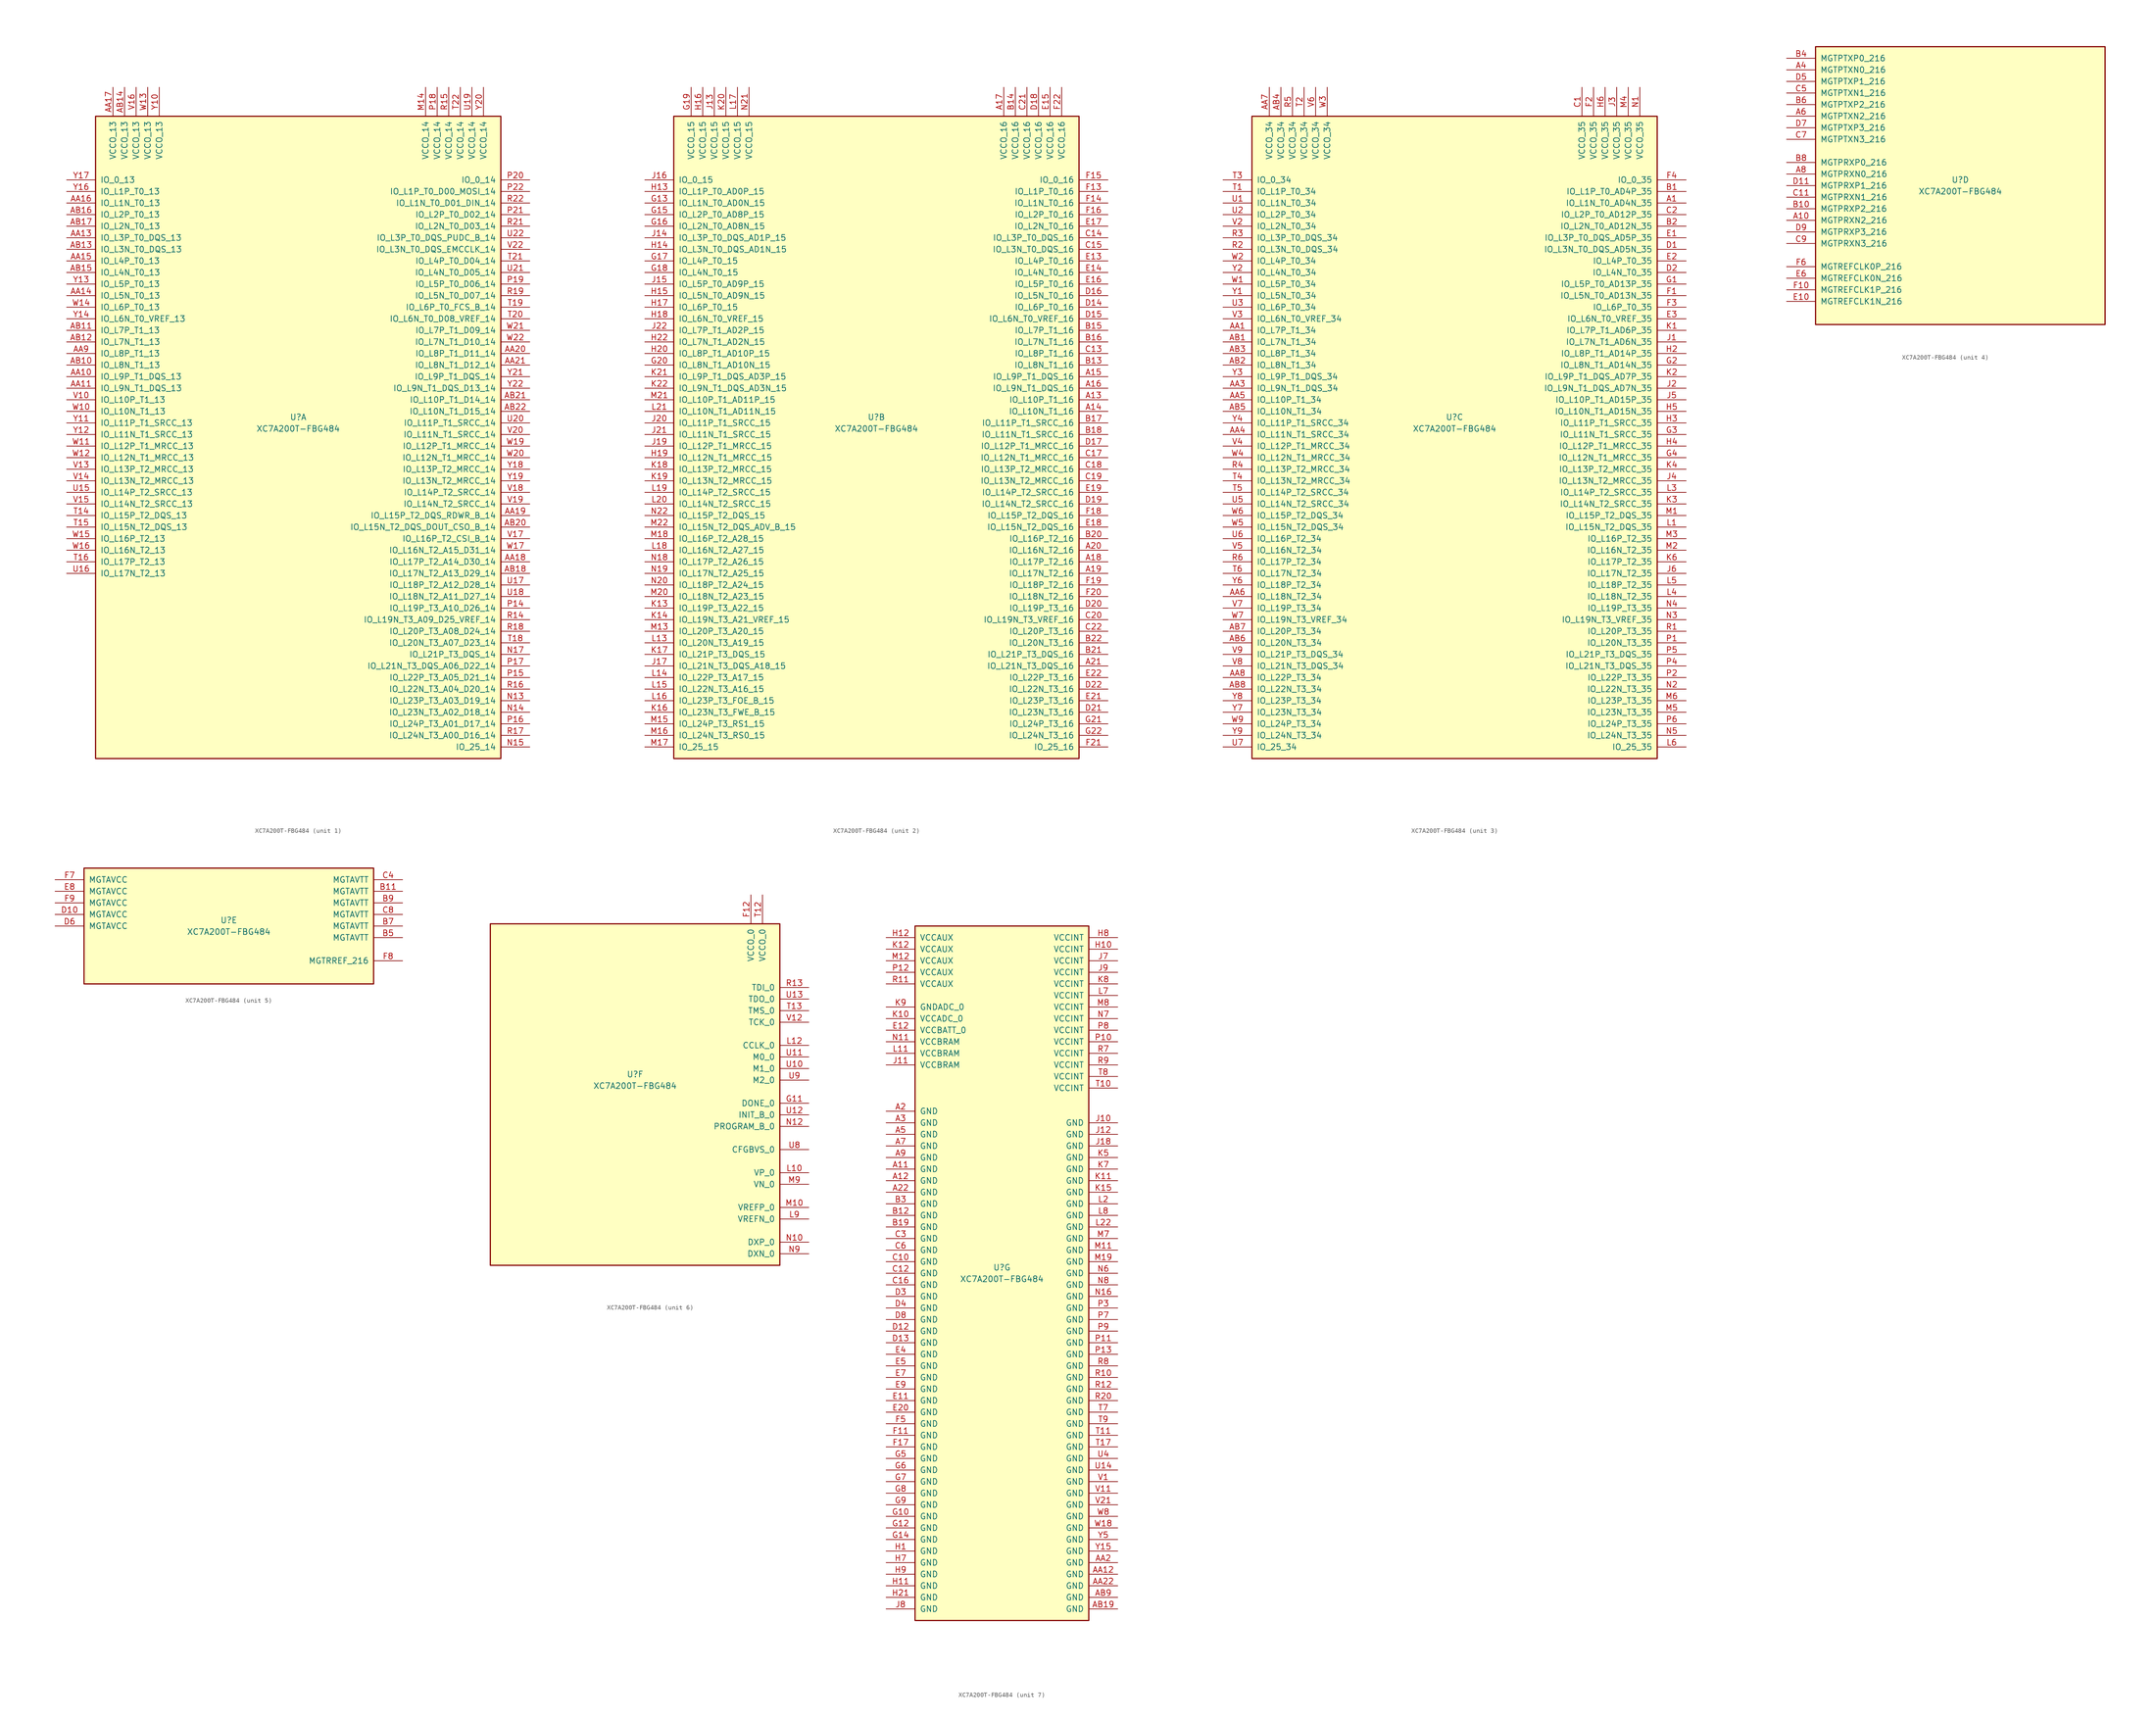
<source format=kicad_sym>
(kicad_symbol_lib
  (version 20231120)
  (generator "kicad_symbol_editor")
  (generator_version "8.0")
  (symbol "XC7A200T-FBG484"
    (pin_names
      (offset 1.016))
    (property "Reference" "U"
      (at 0 1.27 0)
      (effects (font (size 1.27 1.27))))
    (property "Value" "XC7A200T-FBG484"
      (at 0 -1.27 0)
      (effects (font (size 1.27 1.27))))
    (property "Datasheet" ""
      (at 0 0 0)
      (effects (font (size 1.27 1.27))))
    (property "ki_locked" ""
      (at 0 0 0)
      (effects (font (size 1.27 1.27))))
    (symbol "XC7A200T-FBG484_1_1"
      (rectangle (start -44.45 67.31) (end 44.45 -73.66) (stroke (width 0.254) (type default)) (fill (type background)))
      (pin bidirectional line (at -50.8 10.16 0) (length 6.35) (name "IO_L9P_T1_DQS_13" (effects (font (size 1.27 1.27)))) (number "AA10" (effects (font (size 1.27 1.27)))))
      (pin bidirectional line (at -50.8 7.62 0) (length 6.35) (name "IO_L9N_T1_DQS_13" (effects (font (size 1.27 1.27)))) (number "AA11" (effects (font (size 1.27 1.27)))))
      (pin bidirectional line (at -50.8 40.64 0) (length 6.35) (name "IO_L3P_T0_DQS_13" (effects (font (size 1.27 1.27)))) (number "AA13" (effects (font (size 1.27 1.27)))))
      (pin bidirectional line (at -50.8 27.94 0) (length 6.35) (name "IO_L5N_T0_13" (effects (font (size 1.27 1.27)))) (number "AA14" (effects (font (size 1.27 1.27)))))
      (pin bidirectional line (at -50.8 35.56 0) (length 6.35) (name "IO_L4P_T0_13" (effects (font (size 1.27 1.27)))) (number "AA15" (effects (font (size 1.27 1.27)))))
      (pin bidirectional line (at -50.8 48.26 0) (length 6.35) (name "IO_L1N_T0_13" (effects (font (size 1.27 1.27)))) (number "AA16" (effects (font (size 1.27 1.27)))))
      (pin power_in line (at -40.64 73.66 270) (length 6.35) (name "VCCO_13" (effects (font (size 1.27 1.27)))) (number "AA17" (effects (font (size 1.27 1.27)))))
      (pin bidirectional line (at 50.8 -30.48 180) (length 6.35) (name "IO_L17P_T2_A14_D30_14" (effects (font (size 1.27 1.27)))) (number "AA18" (effects (font (size 1.27 1.27)))))
      (pin bidirectional line (at 50.8 -20.32 180) (length 6.35) (name "IO_L15P_T2_DQS_RDWR_B_14" (effects (font (size 1.27 1.27)))) (number "AA19" (effects (font (size 1.27 1.27)))))
      (pin bidirectional line (at 50.8 15.24 180) (length 6.35) (name "IO_L8P_T1_D11_14" (effects (font (size 1.27 1.27)))) (number "AA20" (effects (font (size 1.27 1.27)))))
      (pin bidirectional line (at 50.8 12.7 180) (length 6.35) (name "IO_L8N_T1_D12_14" (effects (font (size 1.27 1.27)))) (number "AA21" (effects (font (size 1.27 1.27)))))
      (pin bidirectional line (at -50.8 15.24 0) (length 6.35) (name "IO_L8P_T1_13" (effects (font (size 1.27 1.27)))) (number "AA9" (effects (font (size 1.27 1.27)))))
      (pin bidirectional line (at -50.8 12.7 0) (length 6.35) (name "IO_L8N_T1_13" (effects (font (size 1.27 1.27)))) (number "AB10" (effects (font (size 1.27 1.27)))))
      (pin bidirectional line (at -50.8 20.32 0) (length 6.35) (name "IO_L7P_T1_13" (effects (font (size 1.27 1.27)))) (number "AB11" (effects (font (size 1.27 1.27)))))
      (pin bidirectional line (at -50.8 17.78 0) (length 6.35) (name "IO_L7N_T1_13" (effects (font (size 1.27 1.27)))) (number "AB12" (effects (font (size 1.27 1.27)))))
      (pin bidirectional line (at -50.8 38.1 0) (length 6.35) (name "IO_L3N_T0_DQS_13" (effects (font (size 1.27 1.27)))) (number "AB13" (effects (font (size 1.27 1.27)))))
      (pin power_in line (at -38.1 73.66 270) (length 6.35) (name "VCCO_13" (effects (font (size 1.27 1.27)))) (number "AB14" (effects (font (size 1.27 1.27)))))
      (pin bidirectional line (at -50.8 33.02 0) (length 6.35) (name "IO_L4N_T0_13" (effects (font (size 1.27 1.27)))) (number "AB15" (effects (font (size 1.27 1.27)))))
      (pin bidirectional line (at -50.8 45.72 0) (length 6.35) (name "IO_L2P_T0_13" (effects (font (size 1.27 1.27)))) (number "AB16" (effects (font (size 1.27 1.27)))))
      (pin bidirectional line (at -50.8 43.18 0) (length 6.35) (name "IO_L2N_T0_13" (effects (font (size 1.27 1.27)))) (number "AB17" (effects (font (size 1.27 1.27)))))
      (pin bidirectional line (at 50.8 -33.02 180) (length 6.35) (name "IO_L17N_T2_A13_D29_14" (effects (font (size 1.27 1.27)))) (number "AB18" (effects (font (size 1.27 1.27)))))
      (pin bidirectional line (at 50.8 -22.86 180) (length 6.35) (name "IO_L15N_T2_DQS_DOUT_CSO_B_14" (effects (font (size 1.27 1.27)))) (number "AB20" (effects (font (size 1.27 1.27)))))
      (pin bidirectional line (at 50.8 5.08 180) (length 6.35) (name "IO_L10P_T1_D14_14" (effects (font (size 1.27 1.27)))) (number "AB21" (effects (font (size 1.27 1.27)))))
      (pin bidirectional line (at 50.8 2.54 180) (length 6.35) (name "IO_L10N_T1_D15_14" (effects (font (size 1.27 1.27)))) (number "AB22" (effects (font (size 1.27 1.27)))))
      (pin power_in line (at 27.94 73.66 270) (length 6.35) (name "VCCO_14" (effects (font (size 1.27 1.27)))) (number "M14" (effects (font (size 1.27 1.27)))))
      (pin bidirectional line (at 50.8 -60.96 180) (length 6.35) (name "IO_L23P_T3_A03_D19_14" (effects (font (size 1.27 1.27)))) (number "N13" (effects (font (size 1.27 1.27)))))
      (pin bidirectional line (at 50.8 -63.5 180) (length 6.35) (name "IO_L23N_T3_A02_D18_14" (effects (font (size 1.27 1.27)))) (number "N14" (effects (font (size 1.27 1.27)))))
      (pin bidirectional line (at 50.8 -71.12 180) (length 6.35) (name "IO_25_14" (effects (font (size 1.27 1.27)))) (number "N15" (effects (font (size 1.27 1.27)))))
      (pin bidirectional line (at 50.8 -50.8 180) (length 6.35) (name "IO_L21P_T3_DQS_14" (effects (font (size 1.27 1.27)))) (number "N17" (effects (font (size 1.27 1.27)))))
      (pin bidirectional line (at 50.8 -40.64 180) (length 6.35) (name "IO_L19P_T3_A10_D26_14" (effects (font (size 1.27 1.27)))) (number "P14" (effects (font (size 1.27 1.27)))))
      (pin bidirectional line (at 50.8 -55.88 180) (length 6.35) (name "IO_L22P_T3_A05_D21_14" (effects (font (size 1.27 1.27)))) (number "P15" (effects (font (size 1.27 1.27)))))
      (pin bidirectional line (at 50.8 -66.04 180) (length 6.35) (name "IO_L24P_T3_A01_D17_14" (effects (font (size 1.27 1.27)))) (number "P16" (effects (font (size 1.27 1.27)))))
      (pin bidirectional line (at 50.8 -53.34 180) (length 6.35) (name "IO_L21N_T3_DQS_A06_D22_14" (effects (font (size 1.27 1.27)))) (number "P17" (effects (font (size 1.27 1.27)))))
      (pin power_in line (at 30.48 73.66 270) (length 6.35) (name "VCCO_14" (effects (font (size 1.27 1.27)))) (number "P18" (effects (font (size 1.27 1.27)))))
      (pin bidirectional line (at 50.8 30.48 180) (length 6.35) (name "IO_L5P_T0_D06_14" (effects (font (size 1.27 1.27)))) (number "P19" (effects (font (size 1.27 1.27)))))
      (pin bidirectional line (at 50.8 53.34 180) (length 6.35) (name "IO_0_14" (effects (font (size 1.27 1.27)))) (number "P20" (effects (font (size 1.27 1.27)))))
      (pin bidirectional line (at 50.8 45.72 180) (length 6.35) (name "IO_L2P_T0_D02_14" (effects (font (size 1.27 1.27)))) (number "P21" (effects (font (size 1.27 1.27)))))
      (pin bidirectional line (at 50.8 50.8 180) (length 6.35) (name "IO_L1P_T0_D00_MOSI_14" (effects (font (size 1.27 1.27)))) (number "P22" (effects (font (size 1.27 1.27)))))
      (pin bidirectional line (at 50.8 -43.18 180) (length 6.35) (name "IO_L19N_T3_A09_D25_VREF_14" (effects (font (size 1.27 1.27)))) (number "R14" (effects (font (size 1.27 1.27)))))
      (pin power_in line (at 33.02 73.66 270) (length 6.35) (name "VCCO_14" (effects (font (size 1.27 1.27)))) (number "R15" (effects (font (size 1.27 1.27)))))
      (pin bidirectional line (at 50.8 -58.42 180) (length 6.35) (name "IO_L22N_T3_A04_D20_14" (effects (font (size 1.27 1.27)))) (number "R16" (effects (font (size 1.27 1.27)))))
      (pin bidirectional line (at 50.8 -68.58 180) (length 6.35) (name "IO_L24N_T3_A00_D16_14" (effects (font (size 1.27 1.27)))) (number "R17" (effects (font (size 1.27 1.27)))))
      (pin bidirectional line (at 50.8 -45.72 180) (length 6.35) (name "IO_L20P_T3_A08_D24_14" (effects (font (size 1.27 1.27)))) (number "R18" (effects (font (size 1.27 1.27)))))
      (pin bidirectional line (at 50.8 27.94 180) (length 6.35) (name "IO_L5N_T0_D07_14" (effects (font (size 1.27 1.27)))) (number "R19" (effects (font (size 1.27 1.27)))))
      (pin bidirectional line (at 50.8 43.18 180) (length 6.35) (name "IO_L2N_T0_D03_14" (effects (font (size 1.27 1.27)))) (number "R21" (effects (font (size 1.27 1.27)))))
      (pin bidirectional line (at 50.8 48.26 180) (length 6.35) (name "IO_L1N_T0_D01_DIN_14" (effects (font (size 1.27 1.27)))) (number "R22" (effects (font (size 1.27 1.27)))))
      (pin bidirectional line (at -50.8 -20.32 0) (length 6.35) (name "IO_L15P_T2_DQS_13" (effects (font (size 1.27 1.27)))) (number "T14" (effects (font (size 1.27 1.27)))))
      (pin bidirectional line (at -50.8 -22.86 0) (length 6.35) (name "IO_L15N_T2_DQS_13" (effects (font (size 1.27 1.27)))) (number "T15" (effects (font (size 1.27 1.27)))))
      (pin bidirectional line (at -50.8 -30.48 0) (length 6.35) (name "IO_L17P_T2_13" (effects (font (size 1.27 1.27)))) (number "T16" (effects (font (size 1.27 1.27)))))
      (pin bidirectional line (at 50.8 -48.26 180) (length 6.35) (name "IO_L20N_T3_A07_D23_14" (effects (font (size 1.27 1.27)))) (number "T18" (effects (font (size 1.27 1.27)))))
      (pin bidirectional line (at 50.8 25.4 180) (length 6.35) (name "IO_L6P_T0_FCS_B_14" (effects (font (size 1.27 1.27)))) (number "T19" (effects (font (size 1.27 1.27)))))
      (pin bidirectional line (at 50.8 22.86 180) (length 6.35) (name "IO_L6N_T0_D08_VREF_14" (effects (font (size 1.27 1.27)))) (number "T20" (effects (font (size 1.27 1.27)))))
      (pin bidirectional line (at 50.8 35.56 180) (length 6.35) (name "IO_L4P_T0_D04_14" (effects (font (size 1.27 1.27)))) (number "T21" (effects (font (size 1.27 1.27)))))
      (pin power_in line (at 35.56 73.66 270) (length 6.35) (name "VCCO_14" (effects (font (size 1.27 1.27)))) (number "T22" (effects (font (size 1.27 1.27)))))
      (pin bidirectional line (at -50.8 -15.24 0) (length 6.35) (name "IO_L14P_T2_SRCC_13" (effects (font (size 1.27 1.27)))) (number "U15" (effects (font (size 1.27 1.27)))))
      (pin bidirectional line (at -50.8 -33.02 0) (length 6.35) (name "IO_L17N_T2_13" (effects (font (size 1.27 1.27)))) (number "U16" (effects (font (size 1.27 1.27)))))
      (pin bidirectional line (at 50.8 -35.56 180) (length 6.35) (name "IO_L18P_T2_A12_D28_14" (effects (font (size 1.27 1.27)))) (number "U17" (effects (font (size 1.27 1.27)))))
      (pin bidirectional line (at 50.8 -38.1 180) (length 6.35) (name "IO_L18N_T2_A11_D27_14" (effects (font (size 1.27 1.27)))) (number "U18" (effects (font (size 1.27 1.27)))))
      (pin power_in line (at 38.1 73.66 270) (length 6.35) (name "VCCO_14" (effects (font (size 1.27 1.27)))) (number "U19" (effects (font (size 1.27 1.27)))))
      (pin bidirectional line (at 50.8 0 180) (length 6.35) (name "IO_L11P_T1_SRCC_14" (effects (font (size 1.27 1.27)))) (number "U20" (effects (font (size 1.27 1.27)))))
      (pin bidirectional line (at 50.8 33.02 180) (length 6.35) (name "IO_L4N_T0_D05_14" (effects (font (size 1.27 1.27)))) (number "U21" (effects (font (size 1.27 1.27)))))
      (pin bidirectional line (at 50.8 40.64 180) (length 6.35) (name "IO_L3P_T0_DQS_PUDC_B_14" (effects (font (size 1.27 1.27)))) (number "U22" (effects (font (size 1.27 1.27)))))
      (pin bidirectional line (at -50.8 5.08 0) (length 6.35) (name "IO_L10P_T1_13" (effects (font (size 1.27 1.27)))) (number "V10" (effects (font (size 1.27 1.27)))))
      (pin bidirectional line (at -50.8 -10.16 0) (length 6.35) (name "IO_L13P_T2_MRCC_13" (effects (font (size 1.27 1.27)))) (number "V13" (effects (font (size 1.27 1.27)))))
      (pin bidirectional line (at -50.8 -12.7 0) (length 6.35) (name "IO_L13N_T2_MRCC_13" (effects (font (size 1.27 1.27)))) (number "V14" (effects (font (size 1.27 1.27)))))
      (pin bidirectional line (at -50.8 -17.78 0) (length 6.35) (name "IO_L14N_T2_SRCC_13" (effects (font (size 1.27 1.27)))) (number "V15" (effects (font (size 1.27 1.27)))))
      (pin power_in line (at -35.56 73.66 270) (length 6.35) (name "VCCO_13" (effects (font (size 1.27 1.27)))) (number "V16" (effects (font (size 1.27 1.27)))))
      (pin bidirectional line (at 50.8 -25.4 180) (length 6.35) (name "IO_L16P_T2_CSI_B_14" (effects (font (size 1.27 1.27)))) (number "V17" (effects (font (size 1.27 1.27)))))
      (pin bidirectional line (at 50.8 -15.24 180) (length 6.35) (name "IO_L14P_T2_SRCC_14" (effects (font (size 1.27 1.27)))) (number "V18" (effects (font (size 1.27 1.27)))))
      (pin bidirectional line (at 50.8 -17.78 180) (length 6.35) (name "IO_L14N_T2_SRCC_14" (effects (font (size 1.27 1.27)))) (number "V19" (effects (font (size 1.27 1.27)))))
      (pin bidirectional line (at 50.8 -2.54 180) (length 6.35) (name "IO_L11N_T1_SRCC_14" (effects (font (size 1.27 1.27)))) (number "V20" (effects (font (size 1.27 1.27)))))
      (pin bidirectional line (at 50.8 38.1 180) (length 6.35) (name "IO_L3N_T0_DQS_EMCCLK_14" (effects (font (size 1.27 1.27)))) (number "V22" (effects (font (size 1.27 1.27)))))
      (pin bidirectional line (at -50.8 2.54 0) (length 6.35) (name "IO_L10N_T1_13" (effects (font (size 1.27 1.27)))) (number "W10" (effects (font (size 1.27 1.27)))))
      (pin bidirectional line (at -50.8 -5.08 0) (length 6.35) (name "IO_L12P_T1_MRCC_13" (effects (font (size 1.27 1.27)))) (number "W11" (effects (font (size 1.27 1.27)))))
      (pin bidirectional line (at -50.8 -7.62 0) (length 6.35) (name "IO_L12N_T1_MRCC_13" (effects (font (size 1.27 1.27)))) (number "W12" (effects (font (size 1.27 1.27)))))
      (pin power_in line (at -33.02 73.66 270) (length 6.35) (name "VCCO_13" (effects (font (size 1.27 1.27)))) (number "W13" (effects (font (size 1.27 1.27)))))
      (pin bidirectional line (at -50.8 25.4 0) (length 6.35) (name "IO_L6P_T0_13" (effects (font (size 1.27 1.27)))) (number "W14" (effects (font (size 1.27 1.27)))))
      (pin bidirectional line (at -50.8 -25.4 0) (length 6.35) (name "IO_L16P_T2_13" (effects (font (size 1.27 1.27)))) (number "W15" (effects (font (size 1.27 1.27)))))
      (pin bidirectional line (at -50.8 -27.94 0) (length 6.35) (name "IO_L16N_T2_13" (effects (font (size 1.27 1.27)))) (number "W16" (effects (font (size 1.27 1.27)))))
      (pin bidirectional line (at 50.8 -27.94 180) (length 6.35) (name "IO_L16N_T2_A15_D31_14" (effects (font (size 1.27 1.27)))) (number "W17" (effects (font (size 1.27 1.27)))))
      (pin bidirectional line (at 50.8 -5.08 180) (length 6.35) (name "IO_L12P_T1_MRCC_14" (effects (font (size 1.27 1.27)))) (number "W19" (effects (font (size 1.27 1.27)))))
      (pin bidirectional line (at 50.8 -7.62 180) (length 6.35) (name "IO_L12N_T1_MRCC_14" (effects (font (size 1.27 1.27)))) (number "W20" (effects (font (size 1.27 1.27)))))
      (pin bidirectional line (at 50.8 20.32 180) (length 6.35) (name "IO_L7P_T1_D09_14" (effects (font (size 1.27 1.27)))) (number "W21" (effects (font (size 1.27 1.27)))))
      (pin bidirectional line (at 50.8 17.78 180) (length 6.35) (name "IO_L7N_T1_D10_14" (effects (font (size 1.27 1.27)))) (number "W22" (effects (font (size 1.27 1.27)))))
      (pin power_in line (at -30.48 73.66 270) (length 6.35) (name "VCCO_13" (effects (font (size 1.27 1.27)))) (number "Y10" (effects (font (size 1.27 1.27)))))
      (pin bidirectional line (at -50.8 0 0) (length 6.35) (name "IO_L11P_T1_SRCC_13" (effects (font (size 1.27 1.27)))) (number "Y11" (effects (font (size 1.27 1.27)))))
      (pin bidirectional line (at -50.8 -2.54 0) (length 6.35) (name "IO_L11N_T1_SRCC_13" (effects (font (size 1.27 1.27)))) (number "Y12" (effects (font (size 1.27 1.27)))))
      (pin bidirectional line (at -50.8 30.48 0) (length 6.35) (name "IO_L5P_T0_13" (effects (font (size 1.27 1.27)))) (number "Y13" (effects (font (size 1.27 1.27)))))
      (pin bidirectional line (at -50.8 22.86 0) (length 6.35) (name "IO_L6N_T0_VREF_13" (effects (font (size 1.27 1.27)))) (number "Y14" (effects (font (size 1.27 1.27)))))
      (pin bidirectional line (at -50.8 50.8 0) (length 6.35) (name "IO_L1P_T0_13" (effects (font (size 1.27 1.27)))) (number "Y16" (effects (font (size 1.27 1.27)))))
      (pin bidirectional line (at -50.8 53.34 0) (length 6.35) (name "IO_0_13" (effects (font (size 1.27 1.27)))) (number "Y17" (effects (font (size 1.27 1.27)))))
      (pin bidirectional line (at 50.8 -10.16 180) (length 6.35) (name "IO_L13P_T2_MRCC_14" (effects (font (size 1.27 1.27)))) (number "Y18" (effects (font (size 1.27 1.27)))))
      (pin bidirectional line (at 50.8 -12.7 180) (length 6.35) (name "IO_L13N_T2_MRCC_14" (effects (font (size 1.27 1.27)))) (number "Y19" (effects (font (size 1.27 1.27)))))
      (pin power_in line (at 40.64 73.66 270) (length 6.35) (name "VCCO_14" (effects (font (size 1.27 1.27)))) (number "Y20" (effects (font (size 1.27 1.27)))))
      (pin bidirectional line (at 50.8 10.16 180) (length 6.35) (name "IO_L9P_T1_DQS_14" (effects (font (size 1.27 1.27)))) (number "Y21" (effects (font (size 1.27 1.27)))))
      (pin bidirectional line (at 50.8 7.62 180) (length 6.35) (name "IO_L9N_T1_DQS_D13_14" (effects (font (size 1.27 1.27)))) (number "Y22" (effects (font (size 1.27 1.27))))))
    (symbol "XC7A200T-FBG484_2_1"
      (rectangle (start -44.45 67.31) (end 44.45 -73.66) (stroke (width 0.254) (type default)) (fill (type background)))
      (pin bidirectional line (at 50.8 5.08 180) (length 6.35) (name "IO_L10P_T1_16" (effects (font (size 1.27 1.27)))) (number "A13" (effects (font (size 1.27 1.27)))))
      (pin bidirectional line (at 50.8 2.54 180) (length 6.35) (name "IO_L10N_T1_16" (effects (font (size 1.27 1.27)))) (number "A14" (effects (font (size 1.27 1.27)))))
      (pin bidirectional line (at 50.8 10.16 180) (length 6.35) (name "IO_L9P_T1_DQS_16" (effects (font (size 1.27 1.27)))) (number "A15" (effects (font (size 1.27 1.27)))))
      (pin bidirectional line (at 50.8 7.62 180) (length 6.35) (name "IO_L9N_T1_DQS_16" (effects (font (size 1.27 1.27)))) (number "A16" (effects (font (size 1.27 1.27)))))
      (pin power_in line (at 27.94 73.66 270) (length 6.35) (name "VCCO_16" (effects (font (size 1.27 1.27)))) (number "A17" (effects (font (size 1.27 1.27)))))
      (pin bidirectional line (at 50.8 -30.48 180) (length 6.35) (name "IO_L17P_T2_16" (effects (font (size 1.27 1.27)))) (number "A18" (effects (font (size 1.27 1.27)))))
      (pin bidirectional line (at 50.8 -33.02 180) (length 6.35) (name "IO_L17N_T2_16" (effects (font (size 1.27 1.27)))) (number "A19" (effects (font (size 1.27 1.27)))))
      (pin bidirectional line (at 50.8 -27.94 180) (length 6.35) (name "IO_L16N_T2_16" (effects (font (size 1.27 1.27)))) (number "A20" (effects (font (size 1.27 1.27)))))
      (pin bidirectional line (at 50.8 -53.34 180) (length 6.35) (name "IO_L21N_T3_DQS_16" (effects (font (size 1.27 1.27)))) (number "A21" (effects (font (size 1.27 1.27)))))
      (pin bidirectional line (at 50.8 12.7 180) (length 6.35) (name "IO_L8N_T1_16" (effects (font (size 1.27 1.27)))) (number "B13" (effects (font (size 1.27 1.27)))))
      (pin power_in line (at 30.48 73.66 270) (length 6.35) (name "VCCO_16" (effects (font (size 1.27 1.27)))) (number "B14" (effects (font (size 1.27 1.27)))))
      (pin bidirectional line (at 50.8 20.32 180) (length 6.35) (name "IO_L7P_T1_16" (effects (font (size 1.27 1.27)))) (number "B15" (effects (font (size 1.27 1.27)))))
      (pin bidirectional line (at 50.8 17.78 180) (length 6.35) (name "IO_L7N_T1_16" (effects (font (size 1.27 1.27)))) (number "B16" (effects (font (size 1.27 1.27)))))
      (pin bidirectional line (at 50.8 0 180) (length 6.35) (name "IO_L11P_T1_SRCC_16" (effects (font (size 1.27 1.27)))) (number "B17" (effects (font (size 1.27 1.27)))))
      (pin bidirectional line (at 50.8 -2.54 180) (length 6.35) (name "IO_L11N_T1_SRCC_16" (effects (font (size 1.27 1.27)))) (number "B18" (effects (font (size 1.27 1.27)))))
      (pin bidirectional line (at 50.8 -25.4 180) (length 6.35) (name "IO_L16P_T2_16" (effects (font (size 1.27 1.27)))) (number "B20" (effects (font (size 1.27 1.27)))))
      (pin bidirectional line (at 50.8 -50.8 180) (length 6.35) (name "IO_L21P_T3_DQS_16" (effects (font (size 1.27 1.27)))) (number "B21" (effects (font (size 1.27 1.27)))))
      (pin bidirectional line (at 50.8 -48.26 180) (length 6.35) (name "IO_L20N_T3_16" (effects (font (size 1.27 1.27)))) (number "B22" (effects (font (size 1.27 1.27)))))
      (pin bidirectional line (at 50.8 15.24 180) (length 6.35) (name "IO_L8P_T1_16" (effects (font (size 1.27 1.27)))) (number "C13" (effects (font (size 1.27 1.27)))))
      (pin bidirectional line (at 50.8 40.64 180) (length 6.35) (name "IO_L3P_T0_DQS_16" (effects (font (size 1.27 1.27)))) (number "C14" (effects (font (size 1.27 1.27)))))
      (pin bidirectional line (at 50.8 38.1 180) (length 6.35) (name "IO_L3N_T0_DQS_16" (effects (font (size 1.27 1.27)))) (number "C15" (effects (font (size 1.27 1.27)))))
      (pin bidirectional line (at 50.8 -7.62 180) (length 6.35) (name "IO_L12N_T1_MRCC_16" (effects (font (size 1.27 1.27)))) (number "C17" (effects (font (size 1.27 1.27)))))
      (pin bidirectional line (at 50.8 -10.16 180) (length 6.35) (name "IO_L13P_T2_MRCC_16" (effects (font (size 1.27 1.27)))) (number "C18" (effects (font (size 1.27 1.27)))))
      (pin bidirectional line (at 50.8 -12.7 180) (length 6.35) (name "IO_L13N_T2_MRCC_16" (effects (font (size 1.27 1.27)))) (number "C19" (effects (font (size 1.27 1.27)))))
      (pin bidirectional line (at 50.8 -43.18 180) (length 6.35) (name "IO_L19N_T3_VREF_16" (effects (font (size 1.27 1.27)))) (number "C20" (effects (font (size 1.27 1.27)))))
      (pin power_in line (at 33.02 73.66 270) (length 6.35) (name "VCCO_16" (effects (font (size 1.27 1.27)))) (number "C21" (effects (font (size 1.27 1.27)))))
      (pin bidirectional line (at 50.8 -45.72 180) (length 6.35) (name "IO_L20P_T3_16" (effects (font (size 1.27 1.27)))) (number "C22" (effects (font (size 1.27 1.27)))))
      (pin bidirectional line (at 50.8 25.4 180) (length 6.35) (name "IO_L6P_T0_16" (effects (font (size 1.27 1.27)))) (number "D14" (effects (font (size 1.27 1.27)))))
      (pin bidirectional line (at 50.8 22.86 180) (length 6.35) (name "IO_L6N_T0_VREF_16" (effects (font (size 1.27 1.27)))) (number "D15" (effects (font (size 1.27 1.27)))))
      (pin bidirectional line (at 50.8 27.94 180) (length 6.35) (name "IO_L5N_T0_16" (effects (font (size 1.27 1.27)))) (number "D16" (effects (font (size 1.27 1.27)))))
      (pin bidirectional line (at 50.8 -5.08 180) (length 6.35) (name "IO_L12P_T1_MRCC_16" (effects (font (size 1.27 1.27)))) (number "D17" (effects (font (size 1.27 1.27)))))
      (pin power_in line (at 35.56 73.66 270) (length 6.35) (name "VCCO_16" (effects (font (size 1.27 1.27)))) (number "D18" (effects (font (size 1.27 1.27)))))
      (pin bidirectional line (at 50.8 -17.78 180) (length 6.35) (name "IO_L14N_T2_SRCC_16" (effects (font (size 1.27 1.27)))) (number "D19" (effects (font (size 1.27 1.27)))))
      (pin bidirectional line (at 50.8 -40.64 180) (length 6.35) (name "IO_L19P_T3_16" (effects (font (size 1.27 1.27)))) (number "D20" (effects (font (size 1.27 1.27)))))
      (pin bidirectional line (at 50.8 -63.5 180) (length 6.35) (name "IO_L23N_T3_16" (effects (font (size 1.27 1.27)))) (number "D21" (effects (font (size 1.27 1.27)))))
      (pin bidirectional line (at 50.8 -58.42 180) (length 6.35) (name "IO_L22N_T3_16" (effects (font (size 1.27 1.27)))) (number "D22" (effects (font (size 1.27 1.27)))))
      (pin bidirectional line (at 50.8 35.56 180) (length 6.35) (name "IO_L4P_T0_16" (effects (font (size 1.27 1.27)))) (number "E13" (effects (font (size 1.27 1.27)))))
      (pin bidirectional line (at 50.8 33.02 180) (length 6.35) (name "IO_L4N_T0_16" (effects (font (size 1.27 1.27)))) (number "E14" (effects (font (size 1.27 1.27)))))
      (pin power_in line (at 38.1 73.66 270) (length 6.35) (name "VCCO_16" (effects (font (size 1.27 1.27)))) (number "E15" (effects (font (size 1.27 1.27)))))
      (pin bidirectional line (at 50.8 30.48 180) (length 6.35) (name "IO_L5P_T0_16" (effects (font (size 1.27 1.27)))) (number "E16" (effects (font (size 1.27 1.27)))))
      (pin bidirectional line (at 50.8 43.18 180) (length 6.35) (name "IO_L2N_T0_16" (effects (font (size 1.27 1.27)))) (number "E17" (effects (font (size 1.27 1.27)))))
      (pin bidirectional line (at 50.8 -22.86 180) (length 6.35) (name "IO_L15N_T2_DQS_16" (effects (font (size 1.27 1.27)))) (number "E18" (effects (font (size 1.27 1.27)))))
      (pin bidirectional line (at 50.8 -15.24 180) (length 6.35) (name "IO_L14P_T2_SRCC_16" (effects (font (size 1.27 1.27)))) (number "E19" (effects (font (size 1.27 1.27)))))
      (pin bidirectional line (at 50.8 -60.96 180) (length 6.35) (name "IO_L23P_T3_16" (effects (font (size 1.27 1.27)))) (number "E21" (effects (font (size 1.27 1.27)))))
      (pin bidirectional line (at 50.8 -55.88 180) (length 6.35) (name "IO_L22P_T3_16" (effects (font (size 1.27 1.27)))) (number "E22" (effects (font (size 1.27 1.27)))))
      (pin bidirectional line (at 50.8 50.8 180) (length 6.35) (name "IO_L1P_T0_16" (effects (font (size 1.27 1.27)))) (number "F13" (effects (font (size 1.27 1.27)))))
      (pin bidirectional line (at 50.8 48.26 180) (length 6.35) (name "IO_L1N_T0_16" (effects (font (size 1.27 1.27)))) (number "F14" (effects (font (size 1.27 1.27)))))
      (pin bidirectional line (at 50.8 53.34 180) (length 6.35) (name "IO_0_16" (effects (font (size 1.27 1.27)))) (number "F15" (effects (font (size 1.27 1.27)))))
      (pin bidirectional line (at 50.8 45.72 180) (length 6.35) (name "IO_L2P_T0_16" (effects (font (size 1.27 1.27)))) (number "F16" (effects (font (size 1.27 1.27)))))
      (pin bidirectional line (at 50.8 -20.32 180) (length 6.35) (name "IO_L15P_T2_DQS_16" (effects (font (size 1.27 1.27)))) (number "F18" (effects (font (size 1.27 1.27)))))
      (pin bidirectional line (at 50.8 -35.56 180) (length 6.35) (name "IO_L18P_T2_16" (effects (font (size 1.27 1.27)))) (number "F19" (effects (font (size 1.27 1.27)))))
      (pin bidirectional line (at 50.8 -38.1 180) (length 6.35) (name "IO_L18N_T2_16" (effects (font (size 1.27 1.27)))) (number "F20" (effects (font (size 1.27 1.27)))))
      (pin bidirectional line (at 50.8 -71.12 180) (length 6.35) (name "IO_25_16" (effects (font (size 1.27 1.27)))) (number "F21" (effects (font (size 1.27 1.27)))))
      (pin power_in line (at 40.64 73.66 270) (length 6.35) (name "VCCO_16" (effects (font (size 1.27 1.27)))) (number "F22" (effects (font (size 1.27 1.27)))))
      (pin bidirectional line (at -50.8 48.26 0) (length 6.35) (name "IO_L1N_T0_AD0N_15" (effects (font (size 1.27 1.27)))) (number "G13" (effects (font (size 1.27 1.27)))))
      (pin bidirectional line (at -50.8 45.72 0) (length 6.35) (name "IO_L2P_T0_AD8P_15" (effects (font (size 1.27 1.27)))) (number "G15" (effects (font (size 1.27 1.27)))))
      (pin bidirectional line (at -50.8 43.18 0) (length 6.35) (name "IO_L2N_T0_AD8N_15" (effects (font (size 1.27 1.27)))) (number "G16" (effects (font (size 1.27 1.27)))))
      (pin bidirectional line (at -50.8 35.56 0) (length 6.35) (name "IO_L4P_T0_15" (effects (font (size 1.27 1.27)))) (number "G17" (effects (font (size 1.27 1.27)))))
      (pin bidirectional line (at -50.8 33.02 0) (length 6.35) (name "IO_L4N_T0_15" (effects (font (size 1.27 1.27)))) (number "G18" (effects (font (size 1.27 1.27)))))
      (pin power_in line (at -40.64 73.66 270) (length 6.35) (name "VCCO_15" (effects (font (size 1.27 1.27)))) (number "G19" (effects (font (size 1.27 1.27)))))
      (pin bidirectional line (at -50.8 12.7 0) (length 6.35) (name "IO_L8N_T1_AD10N_15" (effects (font (size 1.27 1.27)))) (number "G20" (effects (font (size 1.27 1.27)))))
      (pin bidirectional line (at 50.8 -66.04 180) (length 6.35) (name "IO_L24P_T3_16" (effects (font (size 1.27 1.27)))) (number "G21" (effects (font (size 1.27 1.27)))))
      (pin bidirectional line (at 50.8 -68.58 180) (length 6.35) (name "IO_L24N_T3_16" (effects (font (size 1.27 1.27)))) (number "G22" (effects (font (size 1.27 1.27)))))
      (pin bidirectional line (at -50.8 50.8 0) (length 6.35) (name "IO_L1P_T0_AD0P_15" (effects (font (size 1.27 1.27)))) (number "H13" (effects (font (size 1.27 1.27)))))
      (pin bidirectional line (at -50.8 38.1 0) (length 6.35) (name "IO_L3N_T0_DQS_AD1N_15" (effects (font (size 1.27 1.27)))) (number "H14" (effects (font (size 1.27 1.27)))))
      (pin bidirectional line (at -50.8 27.94 0) (length 6.35) (name "IO_L5N_T0_AD9N_15" (effects (font (size 1.27 1.27)))) (number "H15" (effects (font (size 1.27 1.27)))))
      (pin power_in line (at -38.1 73.66 270) (length 6.35) (name "VCCO_15" (effects (font (size 1.27 1.27)))) (number "H16" (effects (font (size 1.27 1.27)))))
      (pin bidirectional line (at -50.8 25.4 0) (length 6.35) (name "IO_L6P_T0_15" (effects (font (size 1.27 1.27)))) (number "H17" (effects (font (size 1.27 1.27)))))
      (pin bidirectional line (at -50.8 22.86 0) (length 6.35) (name "IO_L6N_T0_VREF_15" (effects (font (size 1.27 1.27)))) (number "H18" (effects (font (size 1.27 1.27)))))
      (pin bidirectional line (at -50.8 -7.62 0) (length 6.35) (name "IO_L12N_T1_MRCC_15" (effects (font (size 1.27 1.27)))) (number "H19" (effects (font (size 1.27 1.27)))))
      (pin bidirectional line (at -50.8 15.24 0) (length 6.35) (name "IO_L8P_T1_AD10P_15" (effects (font (size 1.27 1.27)))) (number "H20" (effects (font (size 1.27 1.27)))))
      (pin bidirectional line (at -50.8 17.78 0) (length 6.35) (name "IO_L7N_T1_AD2N_15" (effects (font (size 1.27 1.27)))) (number "H22" (effects (font (size 1.27 1.27)))))
      (pin power_in line (at -35.56 73.66 270) (length 6.35) (name "VCCO_15" (effects (font (size 1.27 1.27)))) (number "J13" (effects (font (size 1.27 1.27)))))
      (pin bidirectional line (at -50.8 40.64 0) (length 6.35) (name "IO_L3P_T0_DQS_AD1P_15" (effects (font (size 1.27 1.27)))) (number "J14" (effects (font (size 1.27 1.27)))))
      (pin bidirectional line (at -50.8 30.48 0) (length 6.35) (name "IO_L5P_T0_AD9P_15" (effects (font (size 1.27 1.27)))) (number "J15" (effects (font (size 1.27 1.27)))))
      (pin bidirectional line (at -50.8 53.34 0) (length 6.35) (name "IO_0_15" (effects (font (size 1.27 1.27)))) (number "J16" (effects (font (size 1.27 1.27)))))
      (pin bidirectional line (at -50.8 -53.34 0) (length 6.35) (name "IO_L21N_T3_DQS_A18_15" (effects (font (size 1.27 1.27)))) (number "J17" (effects (font (size 1.27 1.27)))))
      (pin bidirectional line (at -50.8 -5.08 0) (length 6.35) (name "IO_L12P_T1_MRCC_15" (effects (font (size 1.27 1.27)))) (number "J19" (effects (font (size 1.27 1.27)))))
      (pin bidirectional line (at -50.8 0 0) (length 6.35) (name "IO_L11P_T1_SRCC_15" (effects (font (size 1.27 1.27)))) (number "J20" (effects (font (size 1.27 1.27)))))
      (pin bidirectional line (at -50.8 -2.54 0) (length 6.35) (name "IO_L11N_T1_SRCC_15" (effects (font (size 1.27 1.27)))) (number "J21" (effects (font (size 1.27 1.27)))))
      (pin bidirectional line (at -50.8 20.32 0) (length 6.35) (name "IO_L7P_T1_AD2P_15" (effects (font (size 1.27 1.27)))) (number "J22" (effects (font (size 1.27 1.27)))))
      (pin bidirectional line (at -50.8 -40.64 0) (length 6.35) (name "IO_L19P_T3_A22_15" (effects (font (size 1.27 1.27)))) (number "K13" (effects (font (size 1.27 1.27)))))
      (pin bidirectional line (at -50.8 -43.18 0) (length 6.35) (name "IO_L19N_T3_A21_VREF_15" (effects (font (size 1.27 1.27)))) (number "K14" (effects (font (size 1.27 1.27)))))
      (pin bidirectional line (at -50.8 -63.5 0) (length 6.35) (name "IO_L23N_T3_FWE_B_15" (effects (font (size 1.27 1.27)))) (number "K16" (effects (font (size 1.27 1.27)))))
      (pin bidirectional line (at -50.8 -50.8 0) (length 6.35) (name "IO_L21P_T3_DQS_15" (effects (font (size 1.27 1.27)))) (number "K17" (effects (font (size 1.27 1.27)))))
      (pin bidirectional line (at -50.8 -10.16 0) (length 6.35) (name "IO_L13P_T2_MRCC_15" (effects (font (size 1.27 1.27)))) (number "K18" (effects (font (size 1.27 1.27)))))
      (pin bidirectional line (at -50.8 -12.7 0) (length 6.35) (name "IO_L13N_T2_MRCC_15" (effects (font (size 1.27 1.27)))) (number "K19" (effects (font (size 1.27 1.27)))))
      (pin power_in line (at -33.02 73.66 270) (length 6.35) (name "VCCO_15" (effects (font (size 1.27 1.27)))) (number "K20" (effects (font (size 1.27 1.27)))))
      (pin bidirectional line (at -50.8 10.16 0) (length 6.35) (name "IO_L9P_T1_DQS_AD3P_15" (effects (font (size 1.27 1.27)))) (number "K21" (effects (font (size 1.27 1.27)))))
      (pin bidirectional line (at -50.8 7.62 0) (length 6.35) (name "IO_L9N_T1_DQS_AD3N_15" (effects (font (size 1.27 1.27)))) (number "K22" (effects (font (size 1.27 1.27)))))
      (pin bidirectional line (at -50.8 -48.26 0) (length 6.35) (name "IO_L20N_T3_A19_15" (effects (font (size 1.27 1.27)))) (number "L13" (effects (font (size 1.27 1.27)))))
      (pin bidirectional line (at -50.8 -55.88 0) (length 6.35) (name "IO_L22P_T3_A17_15" (effects (font (size 1.27 1.27)))) (number "L14" (effects (font (size 1.27 1.27)))))
      (pin bidirectional line (at -50.8 -58.42 0) (length 6.35) (name "IO_L22N_T3_A16_15" (effects (font (size 1.27 1.27)))) (number "L15" (effects (font (size 1.27 1.27)))))
      (pin bidirectional line (at -50.8 -60.96 0) (length 6.35) (name "IO_L23P_T3_FOE_B_15" (effects (font (size 1.27 1.27)))) (number "L16" (effects (font (size 1.27 1.27)))))
      (pin power_in line (at -30.48 73.66 270) (length 6.35) (name "VCCO_15" (effects (font (size 1.27 1.27)))) (number "L17" (effects (font (size 1.27 1.27)))))
      (pin bidirectional line (at -50.8 -27.94 0) (length 6.35) (name "IO_L16N_T2_A27_15" (effects (font (size 1.27 1.27)))) (number "L18" (effects (font (size 1.27 1.27)))))
      (pin bidirectional line (at -50.8 -15.24 0) (length 6.35) (name "IO_L14P_T2_SRCC_15" (effects (font (size 1.27 1.27)))) (number "L19" (effects (font (size 1.27 1.27)))))
      (pin bidirectional line (at -50.8 -17.78 0) (length 6.35) (name "IO_L14N_T2_SRCC_15" (effects (font (size 1.27 1.27)))) (number "L20" (effects (font (size 1.27 1.27)))))
      (pin bidirectional line (at -50.8 2.54 0) (length 6.35) (name "IO_L10N_T1_AD11N_15" (effects (font (size 1.27 1.27)))) (number "L21" (effects (font (size 1.27 1.27)))))
      (pin bidirectional line (at -50.8 -45.72 0) (length 6.35) (name "IO_L20P_T3_A20_15" (effects (font (size 1.27 1.27)))) (number "M13" (effects (font (size 1.27 1.27)))))
      (pin bidirectional line (at -50.8 -66.04 0) (length 6.35) (name "IO_L24P_T3_RS1_15" (effects (font (size 1.27 1.27)))) (number "M15" (effects (font (size 1.27 1.27)))))
      (pin bidirectional line (at -50.8 -68.58 0) (length 6.35) (name "IO_L24N_T3_RS0_15" (effects (font (size 1.27 1.27)))) (number "M16" (effects (font (size 1.27 1.27)))))
      (pin bidirectional line (at -50.8 -71.12 0) (length 6.35) (name "IO_25_15" (effects (font (size 1.27 1.27)))) (number "M17" (effects (font (size 1.27 1.27)))))
      (pin bidirectional line (at -50.8 -25.4 0) (length 6.35) (name "IO_L16P_T2_A28_15" (effects (font (size 1.27 1.27)))) (number "M18" (effects (font (size 1.27 1.27)))))
      (pin bidirectional line (at -50.8 -38.1 0) (length 6.35) (name "IO_L18N_T2_A23_15" (effects (font (size 1.27 1.27)))) (number "M20" (effects (font (size 1.27 1.27)))))
      (pin bidirectional line (at -50.8 5.08 0) (length 6.35) (name "IO_L10P_T1_AD11P_15" (effects (font (size 1.27 1.27)))) (number "M21" (effects (font (size 1.27 1.27)))))
      (pin bidirectional line (at -50.8 -22.86 0) (length 6.35) (name "IO_L15N_T2_DQS_ADV_B_15" (effects (font (size 1.27 1.27)))) (number "M22" (effects (font (size 1.27 1.27)))))
      (pin bidirectional line (at -50.8 -30.48 0) (length 6.35) (name "IO_L17P_T2_A26_15" (effects (font (size 1.27 1.27)))) (number "N18" (effects (font (size 1.27 1.27)))))
      (pin bidirectional line (at -50.8 -33.02 0) (length 6.35) (name "IO_L17N_T2_A25_15" (effects (font (size 1.27 1.27)))) (number "N19" (effects (font (size 1.27 1.27)))))
      (pin bidirectional line (at -50.8 -35.56 0) (length 6.35) (name "IO_L18P_T2_A24_15" (effects (font (size 1.27 1.27)))) (number "N20" (effects (font (size 1.27 1.27)))))
      (pin power_in line (at -27.94 73.66 270) (length 6.35) (name "VCCO_15" (effects (font (size 1.27 1.27)))) (number "N21" (effects (font (size 1.27 1.27)))))
      (pin bidirectional line (at -50.8 -20.32 0) (length 6.35) (name "IO_L15P_T2_DQS_15" (effects (font (size 1.27 1.27)))) (number "N22" (effects (font (size 1.27 1.27))))))
    (symbol "XC7A200T-FBG484_3_1"
      (rectangle (start -44.45 67.31) (end 44.45 -73.66) (stroke (width 0.254) (type default)) (fill (type background)))
      (pin bidirectional line (at 50.8 48.26 180) (length 6.35) (name "IO_L1N_T0_AD4N_35" (effects (font (size 1.27 1.27)))) (number "A1" (effects (font (size 1.27 1.27)))))
      (pin bidirectional line (at -50.8 20.32 0) (length 6.35) (name "IO_L7P_T1_34" (effects (font (size 1.27 1.27)))) (number "AA1" (effects (font (size 1.27 1.27)))))
      (pin bidirectional line (at -50.8 7.62 0) (length 6.35) (name "IO_L9N_T1_DQS_34" (effects (font (size 1.27 1.27)))) (number "AA3" (effects (font (size 1.27 1.27)))))
      (pin bidirectional line (at -50.8 -2.54 0) (length 6.35) (name "IO_L11N_T1_SRCC_34" (effects (font (size 1.27 1.27)))) (number "AA4" (effects (font (size 1.27 1.27)))))
      (pin bidirectional line (at -50.8 5.08 0) (length 6.35) (name "IO_L10P_T1_34" (effects (font (size 1.27 1.27)))) (number "AA5" (effects (font (size 1.27 1.27)))))
      (pin bidirectional line (at -50.8 -38.1 0) (length 6.35) (name "IO_L18N_T2_34" (effects (font (size 1.27 1.27)))) (number "AA6" (effects (font (size 1.27 1.27)))))
      (pin power_in line (at -40.64 73.66 270) (length 6.35) (name "VCCO_34" (effects (font (size 1.27 1.27)))) (number "AA7" (effects (font (size 1.27 1.27)))))
      (pin bidirectional line (at -50.8 -55.88 0) (length 6.35) (name "IO_L22P_T3_34" (effects (font (size 1.27 1.27)))) (number "AA8" (effects (font (size 1.27 1.27)))))
      (pin bidirectional line (at -50.8 17.78 0) (length 6.35) (name "IO_L7N_T1_34" (effects (font (size 1.27 1.27)))) (number "AB1" (effects (font (size 1.27 1.27)))))
      (pin bidirectional line (at -50.8 12.7 0) (length 6.35) (name "IO_L8N_T1_34" (effects (font (size 1.27 1.27)))) (number "AB2" (effects (font (size 1.27 1.27)))))
      (pin bidirectional line (at -50.8 15.24 0) (length 6.35) (name "IO_L8P_T1_34" (effects (font (size 1.27 1.27)))) (number "AB3" (effects (font (size 1.27 1.27)))))
      (pin power_in line (at -38.1 73.66 270) (length 6.35) (name "VCCO_34" (effects (font (size 1.27 1.27)))) (number "AB4" (effects (font (size 1.27 1.27)))))
      (pin bidirectional line (at -50.8 2.54 0) (length 6.35) (name "IO_L10N_T1_34" (effects (font (size 1.27 1.27)))) (number "AB5" (effects (font (size 1.27 1.27)))))
      (pin bidirectional line (at -50.8 -48.26 0) (length 6.35) (name "IO_L20N_T3_34" (effects (font (size 1.27 1.27)))) (number "AB6" (effects (font (size 1.27 1.27)))))
      (pin bidirectional line (at -50.8 -45.72 0) (length 6.35) (name "IO_L20P_T3_34" (effects (font (size 1.27 1.27)))) (number "AB7" (effects (font (size 1.27 1.27)))))
      (pin bidirectional line (at -50.8 -58.42 0) (length 6.35) (name "IO_L22N_T3_34" (effects (font (size 1.27 1.27)))) (number "AB8" (effects (font (size 1.27 1.27)))))
      (pin bidirectional line (at 50.8 50.8 180) (length 6.35) (name "IO_L1P_T0_AD4P_35" (effects (font (size 1.27 1.27)))) (number "B1" (effects (font (size 1.27 1.27)))))
      (pin bidirectional line (at 50.8 43.18 180) (length 6.35) (name "IO_L2N_T0_AD12N_35" (effects (font (size 1.27 1.27)))) (number "B2" (effects (font (size 1.27 1.27)))))
      (pin power_in line (at 27.94 73.66 270) (length 6.35) (name "VCCO_35" (effects (font (size 1.27 1.27)))) (number "C1" (effects (font (size 1.27 1.27)))))
      (pin bidirectional line (at 50.8 45.72 180) (length 6.35) (name "IO_L2P_T0_AD12P_35" (effects (font (size 1.27 1.27)))) (number "C2" (effects (font (size 1.27 1.27)))))
      (pin bidirectional line (at 50.8 38.1 180) (length 6.35) (name "IO_L3N_T0_DQS_AD5N_35" (effects (font (size 1.27 1.27)))) (number "D1" (effects (font (size 1.27 1.27)))))
      (pin bidirectional line (at 50.8 33.02 180) (length 6.35) (name "IO_L4N_T0_35" (effects (font (size 1.27 1.27)))) (number "D2" (effects (font (size 1.27 1.27)))))
      (pin bidirectional line (at 50.8 40.64 180) (length 6.35) (name "IO_L3P_T0_DQS_AD5P_35" (effects (font (size 1.27 1.27)))) (number "E1" (effects (font (size 1.27 1.27)))))
      (pin bidirectional line (at 50.8 35.56 180) (length 6.35) (name "IO_L4P_T0_35" (effects (font (size 1.27 1.27)))) (number "E2" (effects (font (size 1.27 1.27)))))
      (pin bidirectional line (at 50.8 22.86 180) (length 6.35) (name "IO_L6N_T0_VREF_35" (effects (font (size 1.27 1.27)))) (number "E3" (effects (font (size 1.27 1.27)))))
      (pin bidirectional line (at 50.8 27.94 180) (length 6.35) (name "IO_L5N_T0_AD13N_35" (effects (font (size 1.27 1.27)))) (number "F1" (effects (font (size 1.27 1.27)))))
      (pin power_in line (at 30.48 73.66 270) (length 6.35) (name "VCCO_35" (effects (font (size 1.27 1.27)))) (number "F2" (effects (font (size 1.27 1.27)))))
      (pin bidirectional line (at 50.8 25.4 180) (length 6.35) (name "IO_L6P_T0_35" (effects (font (size 1.27 1.27)))) (number "F3" (effects (font (size 1.27 1.27)))))
      (pin bidirectional line (at 50.8 53.34 180) (length 6.35) (name "IO_0_35" (effects (font (size 1.27 1.27)))) (number "F4" (effects (font (size 1.27 1.27)))))
      (pin bidirectional line (at 50.8 30.48 180) (length 6.35) (name "IO_L5P_T0_AD13P_35" (effects (font (size 1.27 1.27)))) (number "G1" (effects (font (size 1.27 1.27)))))
      (pin bidirectional line (at 50.8 12.7 180) (length 6.35) (name "IO_L8N_T1_AD14N_35" (effects (font (size 1.27 1.27)))) (number "G2" (effects (font (size 1.27 1.27)))))
      (pin bidirectional line (at 50.8 -2.54 180) (length 6.35) (name "IO_L11N_T1_SRCC_35" (effects (font (size 1.27 1.27)))) (number "G3" (effects (font (size 1.27 1.27)))))
      (pin bidirectional line (at 50.8 -7.62 180) (length 6.35) (name "IO_L12N_T1_MRCC_35" (effects (font (size 1.27 1.27)))) (number "G4" (effects (font (size 1.27 1.27)))))
      (pin bidirectional line (at 50.8 15.24 180) (length 6.35) (name "IO_L8P_T1_AD14P_35" (effects (font (size 1.27 1.27)))) (number "H2" (effects (font (size 1.27 1.27)))))
      (pin bidirectional line (at 50.8 0 180) (length 6.35) (name "IO_L11P_T1_SRCC_35" (effects (font (size 1.27 1.27)))) (number "H3" (effects (font (size 1.27 1.27)))))
      (pin bidirectional line (at 50.8 -5.08 180) (length 6.35) (name "IO_L12P_T1_MRCC_35" (effects (font (size 1.27 1.27)))) (number "H4" (effects (font (size 1.27 1.27)))))
      (pin bidirectional line (at 50.8 2.54 180) (length 6.35) (name "IO_L10N_T1_AD15N_35" (effects (font (size 1.27 1.27)))) (number "H5" (effects (font (size 1.27 1.27)))))
      (pin power_in line (at 33.02 73.66 270) (length 6.35) (name "VCCO_35" (effects (font (size 1.27 1.27)))) (number "H6" (effects (font (size 1.27 1.27)))))
      (pin bidirectional line (at 50.8 17.78 180) (length 6.35) (name "IO_L7N_T1_AD6N_35" (effects (font (size 1.27 1.27)))) (number "J1" (effects (font (size 1.27 1.27)))))
      (pin bidirectional line (at 50.8 7.62 180) (length 6.35) (name "IO_L9N_T1_DQS_AD7N_35" (effects (font (size 1.27 1.27)))) (number "J2" (effects (font (size 1.27 1.27)))))
      (pin power_in line (at 35.56 73.66 270) (length 6.35) (name "VCCO_35" (effects (font (size 1.27 1.27)))) (number "J3" (effects (font (size 1.27 1.27)))))
      (pin bidirectional line (at 50.8 -12.7 180) (length 6.35) (name "IO_L13N_T2_MRCC_35" (effects (font (size 1.27 1.27)))) (number "J4" (effects (font (size 1.27 1.27)))))
      (pin bidirectional line (at 50.8 5.08 180) (length 6.35) (name "IO_L10P_T1_AD15P_35" (effects (font (size 1.27 1.27)))) (number "J5" (effects (font (size 1.27 1.27)))))
      (pin bidirectional line (at 50.8 -33.02 180) (length 6.35) (name "IO_L17N_T2_35" (effects (font (size 1.27 1.27)))) (number "J6" (effects (font (size 1.27 1.27)))))
      (pin bidirectional line (at 50.8 20.32 180) (length 6.35) (name "IO_L7P_T1_AD6P_35" (effects (font (size 1.27 1.27)))) (number "K1" (effects (font (size 1.27 1.27)))))
      (pin bidirectional line (at 50.8 10.16 180) (length 6.35) (name "IO_L9P_T1_DQS_AD7P_35" (effects (font (size 1.27 1.27)))) (number "K2" (effects (font (size 1.27 1.27)))))
      (pin bidirectional line (at 50.8 -17.78 180) (length 6.35) (name "IO_L14N_T2_SRCC_35" (effects (font (size 1.27 1.27)))) (number "K3" (effects (font (size 1.27 1.27)))))
      (pin bidirectional line (at 50.8 -10.16 180) (length 6.35) (name "IO_L13P_T2_MRCC_35" (effects (font (size 1.27 1.27)))) (number "K4" (effects (font (size 1.27 1.27)))))
      (pin bidirectional line (at 50.8 -30.48 180) (length 6.35) (name "IO_L17P_T2_35" (effects (font (size 1.27 1.27)))) (number "K6" (effects (font (size 1.27 1.27)))))
      (pin bidirectional line (at 50.8 -22.86 180) (length 6.35) (name "IO_L15N_T2_DQS_35" (effects (font (size 1.27 1.27)))) (number "L1" (effects (font (size 1.27 1.27)))))
      (pin bidirectional line (at 50.8 -15.24 180) (length 6.35) (name "IO_L14P_T2_SRCC_35" (effects (font (size 1.27 1.27)))) (number "L3" (effects (font (size 1.27 1.27)))))
      (pin bidirectional line (at 50.8 -38.1 180) (length 6.35) (name "IO_L18N_T2_35" (effects (font (size 1.27 1.27)))) (number "L4" (effects (font (size 1.27 1.27)))))
      (pin bidirectional line (at 50.8 -35.56 180) (length 6.35) (name "IO_L18P_T2_35" (effects (font (size 1.27 1.27)))) (number "L5" (effects (font (size 1.27 1.27)))))
      (pin bidirectional line (at 50.8 -71.12 180) (length 6.35) (name "IO_25_35" (effects (font (size 1.27 1.27)))) (number "L6" (effects (font (size 1.27 1.27)))))
      (pin bidirectional line (at 50.8 -20.32 180) (length 6.35) (name "IO_L15P_T2_DQS_35" (effects (font (size 1.27 1.27)))) (number "M1" (effects (font (size 1.27 1.27)))))
      (pin bidirectional line (at 50.8 -27.94 180) (length 6.35) (name "IO_L16N_T2_35" (effects (font (size 1.27 1.27)))) (number "M2" (effects (font (size 1.27 1.27)))))
      (pin bidirectional line (at 50.8 -25.4 180) (length 6.35) (name "IO_L16P_T2_35" (effects (font (size 1.27 1.27)))) (number "M3" (effects (font (size 1.27 1.27)))))
      (pin power_in line (at 38.1 73.66 270) (length 6.35) (name "VCCO_35" (effects (font (size 1.27 1.27)))) (number "M4" (effects (font (size 1.27 1.27)))))
      (pin bidirectional line (at 50.8 -63.5 180) (length 6.35) (name "IO_L23N_T3_35" (effects (font (size 1.27 1.27)))) (number "M5" (effects (font (size 1.27 1.27)))))
      (pin bidirectional line (at 50.8 -60.96 180) (length 6.35) (name "IO_L23P_T3_35" (effects (font (size 1.27 1.27)))) (number "M6" (effects (font (size 1.27 1.27)))))
      (pin power_in line (at 40.64 73.66 270) (length 6.35) (name "VCCO_35" (effects (font (size 1.27 1.27)))) (number "N1" (effects (font (size 1.27 1.27)))))
      (pin bidirectional line (at 50.8 -58.42 180) (length 6.35) (name "IO_L22N_T3_35" (effects (font (size 1.27 1.27)))) (number "N2" (effects (font (size 1.27 1.27)))))
      (pin bidirectional line (at 50.8 -43.18 180) (length 6.35) (name "IO_L19N_T3_VREF_35" (effects (font (size 1.27 1.27)))) (number "N3" (effects (font (size 1.27 1.27)))))
      (pin bidirectional line (at 50.8 -40.64 180) (length 6.35) (name "IO_L19P_T3_35" (effects (font (size 1.27 1.27)))) (number "N4" (effects (font (size 1.27 1.27)))))
      (pin bidirectional line (at 50.8 -68.58 180) (length 6.35) (name "IO_L24N_T3_35" (effects (font (size 1.27 1.27)))) (number "N5" (effects (font (size 1.27 1.27)))))
      (pin bidirectional line (at 50.8 -48.26 180) (length 6.35) (name "IO_L20N_T3_35" (effects (font (size 1.27 1.27)))) (number "P1" (effects (font (size 1.27 1.27)))))
      (pin bidirectional line (at 50.8 -55.88 180) (length 6.35) (name "IO_L22P_T3_35" (effects (font (size 1.27 1.27)))) (number "P2" (effects (font (size 1.27 1.27)))))
      (pin bidirectional line (at 50.8 -53.34 180) (length 6.35) (name "IO_L21N_T3_DQS_35" (effects (font (size 1.27 1.27)))) (number "P4" (effects (font (size 1.27 1.27)))))
      (pin bidirectional line (at 50.8 -50.8 180) (length 6.35) (name "IO_L21P_T3_DQS_35" (effects (font (size 1.27 1.27)))) (number "P5" (effects (font (size 1.27 1.27)))))
      (pin bidirectional line (at 50.8 -66.04 180) (length 6.35) (name "IO_L24P_T3_35" (effects (font (size 1.27 1.27)))) (number "P6" (effects (font (size 1.27 1.27)))))
      (pin bidirectional line (at 50.8 -45.72 180) (length 6.35) (name "IO_L20P_T3_35" (effects (font (size 1.27 1.27)))) (number "R1" (effects (font (size 1.27 1.27)))))
      (pin bidirectional line (at -50.8 38.1 0) (length 6.35) (name "IO_L3N_T0_DQS_34" (effects (font (size 1.27 1.27)))) (number "R2" (effects (font (size 1.27 1.27)))))
      (pin bidirectional line (at -50.8 40.64 0) (length 6.35) (name "IO_L3P_T0_DQS_34" (effects (font (size 1.27 1.27)))) (number "R3" (effects (font (size 1.27 1.27)))))
      (pin bidirectional line (at -50.8 -10.16 0) (length 6.35) (name "IO_L13P_T2_MRCC_34" (effects (font (size 1.27 1.27)))) (number "R4" (effects (font (size 1.27 1.27)))))
      (pin power_in line (at -35.56 73.66 270) (length 6.35) (name "VCCO_34" (effects (font (size 1.27 1.27)))) (number "R5" (effects (font (size 1.27 1.27)))))
      (pin bidirectional line (at -50.8 -30.48 0) (length 6.35) (name "IO_L17P_T2_34" (effects (font (size 1.27 1.27)))) (number "R6" (effects (font (size 1.27 1.27)))))
      (pin bidirectional line (at -50.8 50.8 0) (length 6.35) (name "IO_L1P_T0_34" (effects (font (size 1.27 1.27)))) (number "T1" (effects (font (size 1.27 1.27)))))
      (pin power_in line (at -33.02 73.66 270) (length 6.35) (name "VCCO_34" (effects (font (size 1.27 1.27)))) (number "T2" (effects (font (size 1.27 1.27)))))
      (pin bidirectional line (at -50.8 53.34 0) (length 6.35) (name "IO_0_34" (effects (font (size 1.27 1.27)))) (number "T3" (effects (font (size 1.27 1.27)))))
      (pin bidirectional line (at -50.8 -12.7 0) (length 6.35) (name "IO_L13N_T2_MRCC_34" (effects (font (size 1.27 1.27)))) (number "T4" (effects (font (size 1.27 1.27)))))
      (pin bidirectional line (at -50.8 -15.24 0) (length 6.35) (name "IO_L14P_T2_SRCC_34" (effects (font (size 1.27 1.27)))) (number "T5" (effects (font (size 1.27 1.27)))))
      (pin bidirectional line (at -50.8 -33.02 0) (length 6.35) (name "IO_L17N_T2_34" (effects (font (size 1.27 1.27)))) (number "T6" (effects (font (size 1.27 1.27)))))
      (pin bidirectional line (at -50.8 48.26 0) (length 6.35) (name "IO_L1N_T0_34" (effects (font (size 1.27 1.27)))) (number "U1" (effects (font (size 1.27 1.27)))))
      (pin bidirectional line (at -50.8 45.72 0) (length 6.35) (name "IO_L2P_T0_34" (effects (font (size 1.27 1.27)))) (number "U2" (effects (font (size 1.27 1.27)))))
      (pin bidirectional line (at -50.8 25.4 0) (length 6.35) (name "IO_L6P_T0_34" (effects (font (size 1.27 1.27)))) (number "U3" (effects (font (size 1.27 1.27)))))
      (pin bidirectional line (at -50.8 -17.78 0) (length 6.35) (name "IO_L14N_T2_SRCC_34" (effects (font (size 1.27 1.27)))) (number "U5" (effects (font (size 1.27 1.27)))))
      (pin bidirectional line (at -50.8 -25.4 0) (length 6.35) (name "IO_L16P_T2_34" (effects (font (size 1.27 1.27)))) (number "U6" (effects (font (size 1.27 1.27)))))
      (pin bidirectional line (at -50.8 -71.12 0) (length 6.35) (name "IO_25_34" (effects (font (size 1.27 1.27)))) (number "U7" (effects (font (size 1.27 1.27)))))
      (pin bidirectional line (at -50.8 43.18 0) (length 6.35) (name "IO_L2N_T0_34" (effects (font (size 1.27 1.27)))) (number "V2" (effects (font (size 1.27 1.27)))))
      (pin bidirectional line (at -50.8 22.86 0) (length 6.35) (name "IO_L6N_T0_VREF_34" (effects (font (size 1.27 1.27)))) (number "V3" (effects (font (size 1.27 1.27)))))
      (pin bidirectional line (at -50.8 -5.08 0) (length 6.35) (name "IO_L12P_T1_MRCC_34" (effects (font (size 1.27 1.27)))) (number "V4" (effects (font (size 1.27 1.27)))))
      (pin bidirectional line (at -50.8 -27.94 0) (length 6.35) (name "IO_L16N_T2_34" (effects (font (size 1.27 1.27)))) (number "V5" (effects (font (size 1.27 1.27)))))
      (pin power_in line (at -30.48 73.66 270) (length 6.35) (name "VCCO_34" (effects (font (size 1.27 1.27)))) (number "V6" (effects (font (size 1.27 1.27)))))
      (pin bidirectional line (at -50.8 -40.64 0) (length 6.35) (name "IO_L19P_T3_34" (effects (font (size 1.27 1.27)))) (number "V7" (effects (font (size 1.27 1.27)))))
      (pin bidirectional line (at -50.8 -53.34 0) (length 6.35) (name "IO_L21N_T3_DQS_34" (effects (font (size 1.27 1.27)))) (number "V8" (effects (font (size 1.27 1.27)))))
      (pin bidirectional line (at -50.8 -50.8 0) (length 6.35) (name "IO_L21P_T3_DQS_34" (effects (font (size 1.27 1.27)))) (number "V9" (effects (font (size 1.27 1.27)))))
      (pin bidirectional line (at -50.8 30.48 0) (length 6.35) (name "IO_L5P_T0_34" (effects (font (size 1.27 1.27)))) (number "W1" (effects (font (size 1.27 1.27)))))
      (pin bidirectional line (at -50.8 35.56 0) (length 6.35) (name "IO_L4P_T0_34" (effects (font (size 1.27 1.27)))) (number "W2" (effects (font (size 1.27 1.27)))))
      (pin power_in line (at -27.94 73.66 270) (length 6.35) (name "VCCO_34" (effects (font (size 1.27 1.27)))) (number "W3" (effects (font (size 1.27 1.27)))))
      (pin bidirectional line (at -50.8 -7.62 0) (length 6.35) (name "IO_L12N_T1_MRCC_34" (effects (font (size 1.27 1.27)))) (number "W4" (effects (font (size 1.27 1.27)))))
      (pin bidirectional line (at -50.8 -22.86 0) (length 6.35) (name "IO_L15N_T2_DQS_34" (effects (font (size 1.27 1.27)))) (number "W5" (effects (font (size 1.27 1.27)))))
      (pin bidirectional line (at -50.8 -20.32 0) (length 6.35) (name "IO_L15P_T2_DQS_34" (effects (font (size 1.27 1.27)))) (number "W6" (effects (font (size 1.27 1.27)))))
      (pin bidirectional line (at -50.8 -43.18 0) (length 6.35) (name "IO_L19N_T3_VREF_34" (effects (font (size 1.27 1.27)))) (number "W7" (effects (font (size 1.27 1.27)))))
      (pin bidirectional line (at -50.8 -66.04 0) (length 6.35) (name "IO_L24P_T3_34" (effects (font (size 1.27 1.27)))) (number "W9" (effects (font (size 1.27 1.27)))))
      (pin bidirectional line (at -50.8 27.94 0) (length 6.35) (name "IO_L5N_T0_34" (effects (font (size 1.27 1.27)))) (number "Y1" (effects (font (size 1.27 1.27)))))
      (pin bidirectional line (at -50.8 33.02 0) (length 6.35) (name "IO_L4N_T0_34" (effects (font (size 1.27 1.27)))) (number "Y2" (effects (font (size 1.27 1.27)))))
      (pin bidirectional line (at -50.8 10.16 0) (length 6.35) (name "IO_L9P_T1_DQS_34" (effects (font (size 1.27 1.27)))) (number "Y3" (effects (font (size 1.27 1.27)))))
      (pin bidirectional line (at -50.8 0 0) (length 6.35) (name "IO_L11P_T1_SRCC_34" (effects (font (size 1.27 1.27)))) (number "Y4" (effects (font (size 1.27 1.27)))))
      (pin bidirectional line (at -50.8 -35.56 0) (length 6.35) (name "IO_L18P_T2_34" (effects (font (size 1.27 1.27)))) (number "Y6" (effects (font (size 1.27 1.27)))))
      (pin bidirectional line (at -50.8 -63.5 0) (length 6.35) (name "IO_L23N_T3_34" (effects (font (size 1.27 1.27)))) (number "Y7" (effects (font (size 1.27 1.27)))))
      (pin bidirectional line (at -50.8 -60.96 0) (length 6.35) (name "IO_L23P_T3_34" (effects (font (size 1.27 1.27)))) (number "Y8" (effects (font (size 1.27 1.27)))))
      (pin bidirectional line (at -50.8 -68.58 0) (length 6.35) (name "IO_L24N_T3_34" (effects (font (size 1.27 1.27)))) (number "Y9" (effects (font (size 1.27 1.27))))))
    (symbol "XC7A200T-FBG484_4_1"
      (rectangle (start -31.75 30.48) (end 31.75 -30.48) (stroke (width 0.254) (type default)) (fill (type background)))
      (pin bidirectional line (at -38.1 -7.62 0) (length 6.35) (name "MGTPRXN2_216" (effects (font (size 1.27 1.27)))) (number "A10" (effects (font (size 1.27 1.27)))))
      (pin bidirectional line (at -38.1 25.4 0) (length 6.35) (name "MGTPTXN0_216" (effects (font (size 1.27 1.27)))) (number "A4" (effects (font (size 1.27 1.27)))))
      (pin bidirectional line (at -38.1 15.24 0) (length 6.35) (name "MGTPTXN2_216" (effects (font (size 1.27 1.27)))) (number "A6" (effects (font (size 1.27 1.27)))))
      (pin bidirectional line (at -38.1 2.54 0) (length 6.35) (name "MGTPRXN0_216" (effects (font (size 1.27 1.27)))) (number "A8" (effects (font (size 1.27 1.27)))))
      (pin bidirectional line (at -38.1 -5.08 0) (length 6.35) (name "MGTPRXP2_216" (effects (font (size 1.27 1.27)))) (number "B10" (effects (font (size 1.27 1.27)))))
      (pin bidirectional line (at -38.1 27.94 0) (length 6.35) (name "MGTPTXP0_216" (effects (font (size 1.27 1.27)))) (number "B4" (effects (font (size 1.27 1.27)))))
      (pin bidirectional line (at -38.1 17.78 0) (length 6.35) (name "MGTPTXP2_216" (effects (font (size 1.27 1.27)))) (number "B6" (effects (font (size 1.27 1.27)))))
      (pin bidirectional line (at -38.1 5.08 0) (length 6.35) (name "MGTPRXP0_216" (effects (font (size 1.27 1.27)))) (number "B8" (effects (font (size 1.27 1.27)))))
      (pin bidirectional line (at -38.1 -2.54 0) (length 6.35) (name "MGTPRXN1_216" (effects (font (size 1.27 1.27)))) (number "C11" (effects (font (size 1.27 1.27)))))
      (pin bidirectional line (at -38.1 20.32 0) (length 6.35) (name "MGTPTXN1_216" (effects (font (size 1.27 1.27)))) (number "C5" (effects (font (size 1.27 1.27)))))
      (pin bidirectional line (at -38.1 10.16 0) (length 6.35) (name "MGTPTXN3_216" (effects (font (size 1.27 1.27)))) (number "C7" (effects (font (size 1.27 1.27)))))
      (pin bidirectional line (at -38.1 -12.7 0) (length 6.35) (name "MGTPRXN3_216" (effects (font (size 1.27 1.27)))) (number "C9" (effects (font (size 1.27 1.27)))))
      (pin bidirectional line (at -38.1 0 0) (length 6.35) (name "MGTPRXP1_216" (effects (font (size 1.27 1.27)))) (number "D11" (effects (font (size 1.27 1.27)))))
      (pin bidirectional line (at -38.1 22.86 0) (length 6.35) (name "MGTPTXP1_216" (effects (font (size 1.27 1.27)))) (number "D5" (effects (font (size 1.27 1.27)))))
      (pin bidirectional line (at -38.1 12.7 0) (length 6.35) (name "MGTPTXP3_216" (effects (font (size 1.27 1.27)))) (number "D7" (effects (font (size 1.27 1.27)))))
      (pin bidirectional line (at -38.1 -10.16 0) (length 6.35) (name "MGTPRXP3_216" (effects (font (size 1.27 1.27)))) (number "D9" (effects (font (size 1.27 1.27)))))
      (pin bidirectional line (at -38.1 -25.4 0) (length 6.35) (name "MGTREFCLK1N_216" (effects (font (size 1.27 1.27)))) (number "E10" (effects (font (size 1.27 1.27)))))
      (pin bidirectional line (at -38.1 -20.32 0) (length 6.35) (name "MGTREFCLK0N_216" (effects (font (size 1.27 1.27)))) (number "E6" (effects (font (size 1.27 1.27)))))
      (pin bidirectional line (at -38.1 -22.86 0) (length 6.35) (name "MGTREFCLK1P_216" (effects (font (size 1.27 1.27)))) (number "F10" (effects (font (size 1.27 1.27)))))
      (pin bidirectional line (at -38.1 -17.78 0) (length 6.35) (name "MGTREFCLK0P_216" (effects (font (size 1.27 1.27)))) (number "F6" (effects (font (size 1.27 1.27))))))
    (symbol "XC7A200T-FBG484_5_1"
      (rectangle (start -31.75 12.7) (end 31.75 -12.7) (stroke (width 0.254) (type default)) (fill (type background)))
      (pin power_in line (at 38.1 7.62 180) (length 6.35) (name "MGTAVTT" (effects (font (size 1.27 1.27)))) (number "B11" (effects (font (size 1.27 1.27)))))
      (pin power_in line (at 38.1 -2.54 180) (length 6.35) (name "MGTAVTT" (effects (font (size 1.27 1.27)))) (number "B5" (effects (font (size 1.27 1.27)))))
      (pin power_in line (at 38.1 0 180) (length 6.35) (name "MGTAVTT" (effects (font (size 1.27 1.27)))) (number "B7" (effects (font (size 1.27 1.27)))))
      (pin power_in line (at 38.1 5.08 180) (length 6.35) (name "MGTAVTT" (effects (font (size 1.27 1.27)))) (number "B9" (effects (font (size 1.27 1.27)))))
      (pin power_in line (at 38.1 10.16 180) (length 6.35) (name "MGTAVTT" (effects (font (size 1.27 1.27)))) (number "C4" (effects (font (size 1.27 1.27)))))
      (pin power_in line (at 38.1 2.54 180) (length 6.35) (name "MGTAVTT" (effects (font (size 1.27 1.27)))) (number "C8" (effects (font (size 1.27 1.27)))))
      (pin power_in line (at -38.1 2.54 0) (length 6.35) (name "MGTAVCC" (effects (font (size 1.27 1.27)))) (number "D10" (effects (font (size 1.27 1.27)))))
      (pin power_in line (at -38.1 0 0) (length 6.35) (name "MGTAVCC" (effects (font (size 1.27 1.27)))) (number "D6" (effects (font (size 1.27 1.27)))))
      (pin power_in line (at -38.1 7.62 0) (length 6.35) (name "MGTAVCC" (effects (font (size 1.27 1.27)))) (number "E8" (effects (font (size 1.27 1.27)))))
      (pin power_in line (at -38.1 10.16 0) (length 6.35) (name "MGTAVCC" (effects (font (size 1.27 1.27)))) (number "F7" (effects (font (size 1.27 1.27)))))
      (pin power_in line (at 38.1 -7.62 180) (length 6.35) (name "MGTRREF_216" (effects (font (size 1.27 1.27)))) (number "F8" (effects (font (size 1.27 1.27)))))
      (pin power_in line (at -38.1 5.08 0) (length 6.35) (name "MGTAVCC" (effects (font (size 1.27 1.27)))) (number "F9" (effects (font (size 1.27 1.27))))))
    (symbol "XC7A200T-FBG484_6_1"
      (rectangle (start -31.75 34.29) (end 31.75 -40.64) (stroke (width 0.254) (type default)) (fill (type background)))
      (pin power_in line (at 25.4 40.64 270) (length 6.35) (name "VCCO_0" (effects (font (size 1.27 1.27)))) (number "F12" (effects (font (size 1.27 1.27)))))
      (pin bidirectional line (at 38.1 -5.08 180) (length 6.35) (name "DONE_0" (effects (font (size 1.27 1.27)))) (number "G11" (effects (font (size 1.27 1.27)))))
      (pin bidirectional line (at 38.1 -20.32 180) (length 6.35) (name "VP_0" (effects (font (size 1.27 1.27)))) (number "L10" (effects (font (size 1.27 1.27)))))
      (pin bidirectional line (at 38.1 7.62 180) (length 6.35) (name "CCLK_0" (effects (font (size 1.27 1.27)))) (number "L12" (effects (font (size 1.27 1.27)))))
      (pin bidirectional line (at 38.1 -30.48 180) (length 6.35) (name "VREFN_0" (effects (font (size 1.27 1.27)))) (number "L9" (effects (font (size 1.27 1.27)))))
      (pin bidirectional line (at 38.1 -27.94 180) (length 6.35) (name "VREFP_0" (effects (font (size 1.27 1.27)))) (number "M10" (effects (font (size 1.27 1.27)))))
      (pin bidirectional line (at 38.1 -22.86 180) (length 6.35) (name "VN_0" (effects (font (size 1.27 1.27)))) (number "M9" (effects (font (size 1.27 1.27)))))
      (pin bidirectional line (at 38.1 -35.56 180) (length 6.35) (name "DXP_0" (effects (font (size 1.27 1.27)))) (number "N10" (effects (font (size 1.27 1.27)))))
      (pin bidirectional line (at 38.1 -10.16 180) (length 6.35) (name "PROGRAM_B_0" (effects (font (size 1.27 1.27)))) (number "N12" (effects (font (size 1.27 1.27)))))
      (pin bidirectional line (at 38.1 -38.1 180) (length 6.35) (name "DXN_0" (effects (font (size 1.27 1.27)))) (number "N9" (effects (font (size 1.27 1.27)))))
      (pin bidirectional line (at 38.1 20.32 180) (length 6.35) (name "TDI_0" (effects (font (size 1.27 1.27)))) (number "R13" (effects (font (size 1.27 1.27)))))
      (pin power_in line (at 27.94 40.64 270) (length 6.35) (name "VCCO_0" (effects (font (size 1.27 1.27)))) (number "T12" (effects (font (size 1.27 1.27)))))
      (pin bidirectional line (at 38.1 15.24 180) (length 6.35) (name "TMS_0" (effects (font (size 1.27 1.27)))) (number "T13" (effects (font (size 1.27 1.27)))))
      (pin bidirectional line (at 38.1 2.54 180) (length 6.35) (name "M1_0" (effects (font (size 1.27 1.27)))) (number "U10" (effects (font (size 1.27 1.27)))))
      (pin bidirectional line (at 38.1 5.08 180) (length 6.35) (name "M0_0" (effects (font (size 1.27 1.27)))) (number "U11" (effects (font (size 1.27 1.27)))))
      (pin bidirectional line (at 38.1 -7.62 180) (length 6.35) (name "INIT_B_0" (effects (font (size 1.27 1.27)))) (number "U12" (effects (font (size 1.27 1.27)))))
      (pin bidirectional line (at 38.1 17.78 180) (length 6.35) (name "TDO_0" (effects (font (size 1.27 1.27)))) (number "U13" (effects (font (size 1.27 1.27)))))
      (pin bidirectional line (at 38.1 -15.24 180) (length 6.35) (name "CFGBVS_0" (effects (font (size 1.27 1.27)))) (number "U8" (effects (font (size 1.27 1.27)))))
      (pin bidirectional line (at 38.1 0 180) (length 6.35) (name "M2_0" (effects (font (size 1.27 1.27)))) (number "U9" (effects (font (size 1.27 1.27)))))
      (pin bidirectional line (at 38.1 12.7 180) (length 6.35) (name "TCK_0" (effects (font (size 1.27 1.27)))) (number "V12" (effects (font (size 1.27 1.27))))))
    (symbol "XC7A200T-FBG484_7_1"
      (rectangle (start -19.05 76.2) (end 19.05 -76.2) (stroke (width 0.254) (type default)) (fill (type background)))
      (pin power_in line (at -25.4 22.86 0) (length 6.35) (name "GND" (effects (font (size 1.27 1.27)))) (number "A11" (effects (font (size 1.27 1.27)))))
      (pin power_in line (at -25.4 20.32 0) (length 6.35) (name "GND" (effects (font (size 1.27 1.27)))) (number "A12" (effects (font (size 1.27 1.27)))))
      (pin power_in line (at -25.4 35.56 0) (length 6.35) (name "GND" (effects (font (size 1.27 1.27)))) (number "A2" (effects (font (size 1.27 1.27)))))
      (pin power_in line (at -25.4 17.78 0) (length 6.35) (name "GND" (effects (font (size 1.27 1.27)))) (number "A22" (effects (font (size 1.27 1.27)))))
      (pin power_in line (at -25.4 33.02 0) (length 6.35) (name "GND" (effects (font (size 1.27 1.27)))) (number "A3" (effects (font (size 1.27 1.27)))))
      (pin power_in line (at -25.4 30.48 0) (length 6.35) (name "GND" (effects (font (size 1.27 1.27)))) (number "A5" (effects (font (size 1.27 1.27)))))
      (pin power_in line (at -25.4 27.94 0) (length 6.35) (name "GND" (effects (font (size 1.27 1.27)))) (number "A7" (effects (font (size 1.27 1.27)))))
      (pin power_in line (at -25.4 25.4 0) (length 6.35) (name "GND" (effects (font (size 1.27 1.27)))) (number "A9" (effects (font (size 1.27 1.27)))))
      (pin power_in line (at 25.4 -66.04 180) (length 6.35) (name "GND" (effects (font (size 1.27 1.27)))) (number "AA12" (effects (font (size 1.27 1.27)))))
      (pin power_in line (at 25.4 -63.5 180) (length 6.35) (name "GND" (effects (font (size 1.27 1.27)))) (number "AA2" (effects (font (size 1.27 1.27)))))
      (pin power_in line (at 25.4 -68.58 180) (length 6.35) (name "GND" (effects (font (size 1.27 1.27)))) (number "AA22" (effects (font (size 1.27 1.27)))))
      (pin power_in line (at 25.4 -73.66 180) (length 6.35) (name "GND" (effects (font (size 1.27 1.27)))) (number "AB19" (effects (font (size 1.27 1.27)))))
      (pin power_in line (at 25.4 -71.12 180) (length 6.35) (name "GND" (effects (font (size 1.27 1.27)))) (number "AB9" (effects (font (size 1.27 1.27)))))
      (pin power_in line (at -25.4 12.7 0) (length 6.35) (name "GND" (effects (font (size 1.27 1.27)))) (number "B12" (effects (font (size 1.27 1.27)))))
      (pin power_in line (at -25.4 10.16 0) (length 6.35) (name "GND" (effects (font (size 1.27 1.27)))) (number "B19" (effects (font (size 1.27 1.27)))))
      (pin power_in line (at -25.4 15.24 0) (length 6.35) (name "GND" (effects (font (size 1.27 1.27)))) (number "B3" (effects (font (size 1.27 1.27)))))
      (pin power_in line (at -25.4 2.54 0) (length 6.35) (name "GND" (effects (font (size 1.27 1.27)))) (number "C10" (effects (font (size 1.27 1.27)))))
      (pin power_in line (at -25.4 0 0) (length 6.35) (name "GND" (effects (font (size 1.27 1.27)))) (number "C12" (effects (font (size 1.27 1.27)))))
      (pin power_in line (at -25.4 -2.54 0) (length 6.35) (name "GND" (effects (font (size 1.27 1.27)))) (number "C16" (effects (font (size 1.27 1.27)))))
      (pin power_in line (at -25.4 7.62 0) (length 6.35) (name "GND" (effects (font (size 1.27 1.27)))) (number "C3" (effects (font (size 1.27 1.27)))))
      (pin power_in line (at -25.4 5.08 0) (length 6.35) (name "GND" (effects (font (size 1.27 1.27)))) (number "C6" (effects (font (size 1.27 1.27)))))
      (pin power_in line (at -25.4 -12.7 0) (length 6.35) (name "GND" (effects (font (size 1.27 1.27)))) (number "D12" (effects (font (size 1.27 1.27)))))
      (pin power_in line (at -25.4 -15.24 0) (length 6.35) (name "GND" (effects (font (size 1.27 1.27)))) (number "D13" (effects (font (size 1.27 1.27)))))
      (pin power_in line (at -25.4 -5.08 0) (length 6.35) (name "GND" (effects (font (size 1.27 1.27)))) (number "D3" (effects (font (size 1.27 1.27)))))
      (pin power_in line (at -25.4 -7.62 0) (length 6.35) (name "GND" (effects (font (size 1.27 1.27)))) (number "D4" (effects (font (size 1.27 1.27)))))
      (pin power_in line (at -25.4 -10.16 0) (length 6.35) (name "GND" (effects (font (size 1.27 1.27)))) (number "D8" (effects (font (size 1.27 1.27)))))
      (pin power_in line (at -25.4 -27.94 0) (length 6.35) (name "GND" (effects (font (size 1.27 1.27)))) (number "E11" (effects (font (size 1.27 1.27)))))
      (pin power_in line (at -25.4 53.34 0) (length 6.35) (name "VCCBATT_0" (effects (font (size 1.27 1.27)))) (number "E12" (effects (font (size 1.27 1.27)))))
      (pin power_in line (at -25.4 -30.48 0) (length 6.35) (name "GND" (effects (font (size 1.27 1.27)))) (number "E20" (effects (font (size 1.27 1.27)))))
      (pin power_in line (at -25.4 -17.78 0) (length 6.35) (name "GND" (effects (font (size 1.27 1.27)))) (number "E4" (effects (font (size 1.27 1.27)))))
      (pin power_in line (at -25.4 -20.32 0) (length 6.35) (name "GND" (effects (font (size 1.27 1.27)))) (number "E5" (effects (font (size 1.27 1.27)))))
      (pin power_in line (at -25.4 -22.86 0) (length 6.35) (name "GND" (effects (font (size 1.27 1.27)))) (number "E7" (effects (font (size 1.27 1.27)))))
      (pin power_in line (at -25.4 -25.4 0) (length 6.35) (name "GND" (effects (font (size 1.27 1.27)))) (number "E9" (effects (font (size 1.27 1.27)))))
      (pin power_in line (at -25.4 -35.56 0) (length 6.35) (name "GND" (effects (font (size 1.27 1.27)))) (number "F11" (effects (font (size 1.27 1.27)))))
      (pin power_in line (at -25.4 -38.1 0) (length 6.35) (name "GND" (effects (font (size 1.27 1.27)))) (number "F17" (effects (font (size 1.27 1.27)))))
      (pin power_in line (at -25.4 -33.02 0) (length 6.35) (name "GND" (effects (font (size 1.27 1.27)))) (number "F5" (effects (font (size 1.27 1.27)))))
      (pin power_in line (at -25.4 -53.34 0) (length 6.35) (name "GND" (effects (font (size 1.27 1.27)))) (number "G10" (effects (font (size 1.27 1.27)))))
      (pin power_in line (at -25.4 -55.88 0) (length 6.35) (name "GND" (effects (font (size 1.27 1.27)))) (number "G12" (effects (font (size 1.27 1.27)))))
      (pin power_in line (at -25.4 -58.42 0) (length 6.35) (name "GND" (effects (font (size 1.27 1.27)))) (number "G14" (effects (font (size 1.27 1.27)))))
      (pin power_in line (at -25.4 -40.64 0) (length 6.35) (name "GND" (effects (font (size 1.27 1.27)))) (number "G5" (effects (font (size 1.27 1.27)))))
      (pin power_in line (at -25.4 -43.18 0) (length 6.35) (name "GND" (effects (font (size 1.27 1.27)))) (number "G6" (effects (font (size 1.27 1.27)))))
      (pin power_in line (at -25.4 -45.72 0) (length 6.35) (name "GND" (effects (font (size 1.27 1.27)))) (number "G7" (effects (font (size 1.27 1.27)))))
      (pin power_in line (at -25.4 -48.26 0) (length 6.35) (name "GND" (effects (font (size 1.27 1.27)))) (number "G8" (effects (font (size 1.27 1.27)))))
      (pin power_in line (at -25.4 -50.8 0) (length 6.35) (name "GND" (effects (font (size 1.27 1.27)))) (number "G9" (effects (font (size 1.27 1.27)))))
      (pin power_in line (at -25.4 -60.96 0) (length 6.35) (name "GND" (effects (font (size 1.27 1.27)))) (number "H1" (effects (font (size 1.27 1.27)))))
      (pin power_in line (at 25.4 71.12 180) (length 6.35) (name "VCCINT" (effects (font (size 1.27 1.27)))) (number "H10" (effects (font (size 1.27 1.27)))))
      (pin power_in line (at -25.4 -68.58 0) (length 6.35) (name "GND" (effects (font (size 1.27 1.27)))) (number "H11" (effects (font (size 1.27 1.27)))))
      (pin power_in line (at -25.4 73.66 0) (length 6.35) (name "VCCAUX" (effects (font (size 1.27 1.27)))) (number "H12" (effects (font (size 1.27 1.27)))))
      (pin power_in line (at -25.4 -71.12 0) (length 6.35) (name "GND" (effects (font (size 1.27 1.27)))) (number "H21" (effects (font (size 1.27 1.27)))))
      (pin power_in line (at -25.4 -63.5 0) (length 6.35) (name "GND" (effects (font (size 1.27 1.27)))) (number "H7" (effects (font (size 1.27 1.27)))))
      (pin power_in line (at 25.4 73.66 180) (length 6.35) (name "VCCINT" (effects (font (size 1.27 1.27)))) (number "H8" (effects (font (size 1.27 1.27)))))
      (pin power_in line (at -25.4 -66.04 0) (length 6.35) (name "GND" (effects (font (size 1.27 1.27)))) (number "H9" (effects (font (size 1.27 1.27)))))
      (pin power_in line (at 25.4 33.02 180) (length 6.35) (name "GND" (effects (font (size 1.27 1.27)))) (number "J10" (effects (font (size 1.27 1.27)))))
      (pin power_in line (at -25.4 45.72 0) (length 6.35) (name "VCCBRAM" (effects (font (size 1.27 1.27)))) (number "J11" (effects (font (size 1.27 1.27)))))
      (pin power_in line (at 25.4 30.48 180) (length 6.35) (name "GND" (effects (font (size 1.27 1.27)))) (number "J12" (effects (font (size 1.27 1.27)))))
      (pin power_in line (at 25.4 27.94 180) (length 6.35) (name "GND" (effects (font (size 1.27 1.27)))) (number "J18" (effects (font (size 1.27 1.27)))))
      (pin power_in line (at 25.4 68.58 180) (length 6.35) (name "VCCINT" (effects (font (size 1.27 1.27)))) (number "J7" (effects (font (size 1.27 1.27)))))
      (pin power_in line (at -25.4 -73.66 0) (length 6.35) (name "GND" (effects (font (size 1.27 1.27)))) (number "J8" (effects (font (size 1.27 1.27)))))
      (pin power_in line (at 25.4 66.04 180) (length 6.35) (name "VCCINT" (effects (font (size 1.27 1.27)))) (number "J9" (effects (font (size 1.27 1.27)))))
      (pin power_in line (at -25.4 55.88 0) (length 6.35) (name "VCCADC_0" (effects (font (size 1.27 1.27)))) (number "K10" (effects (font (size 1.27 1.27)))))
      (pin power_in line (at 25.4 20.32 180) (length 6.35) (name "GND" (effects (font (size 1.27 1.27)))) (number "K11" (effects (font (size 1.27 1.27)))))
      (pin power_in line (at -25.4 71.12 0) (length 6.35) (name "VCCAUX" (effects (font (size 1.27 1.27)))) (number "K12" (effects (font (size 1.27 1.27)))))
      (pin power_in line (at 25.4 17.78 180) (length 6.35) (name "GND" (effects (font (size 1.27 1.27)))) (number "K15" (effects (font (size 1.27 1.27)))))
      (pin power_in line (at 25.4 25.4 180) (length 6.35) (name "GND" (effects (font (size 1.27 1.27)))) (number "K5" (effects (font (size 1.27 1.27)))))
      (pin power_in line (at 25.4 22.86 180) (length 6.35) (name "GND" (effects (font (size 1.27 1.27)))) (number "K7" (effects (font (size 1.27 1.27)))))
      (pin power_in line (at 25.4 63.5 180) (length 6.35) (name "VCCINT" (effects (font (size 1.27 1.27)))) (number "K8" (effects (font (size 1.27 1.27)))))
      (pin power_in line (at -25.4 58.42 0) (length 6.35) (name "GNDADC_0" (effects (font (size 1.27 1.27)))) (number "K9" (effects (font (size 1.27 1.27)))))
      (pin power_in line (at -25.4 48.26 0) (length 6.35) (name "VCCBRAM" (effects (font (size 1.27 1.27)))) (number "L11" (effects (font (size 1.27 1.27)))))
      (pin power_in line (at 25.4 15.24 180) (length 6.35) (name "GND" (effects (font (size 1.27 1.27)))) (number "L2" (effects (font (size 1.27 1.27)))))
      (pin power_in line (at 25.4 10.16 180) (length 6.35) (name "GND" (effects (font (size 1.27 1.27)))) (number "L22" (effects (font (size 1.27 1.27)))))
      (pin power_in line (at 25.4 60.96 180) (length 6.35) (name "VCCINT" (effects (font (size 1.27 1.27)))) (number "L7" (effects (font (size 1.27 1.27)))))
      (pin power_in line (at 25.4 12.7 180) (length 6.35) (name "GND" (effects (font (size 1.27 1.27)))) (number "L8" (effects (font (size 1.27 1.27)))))
      (pin power_in line (at 25.4 5.08 180) (length 6.35) (name "GND" (effects (font (size 1.27 1.27)))) (number "M11" (effects (font (size 1.27 1.27)))))
      (pin power_in line (at -25.4 68.58 0) (length 6.35) (name "VCCAUX" (effects (font (size 1.27 1.27)))) (number "M12" (effects (font (size 1.27 1.27)))))
      (pin power_in line (at 25.4 2.54 180) (length 6.35) (name "GND" (effects (font (size 1.27 1.27)))) (number "M19" (effects (font (size 1.27 1.27)))))
      (pin power_in line (at 25.4 7.62 180) (length 6.35) (name "GND" (effects (font (size 1.27 1.27)))) (number "M7" (effects (font (size 1.27 1.27)))))
      (pin power_in line (at 25.4 58.42 180) (length 6.35) (name "VCCINT" (effects (font (size 1.27 1.27)))) (number "M8" (effects (font (size 1.27 1.27)))))
      (pin power_in line (at -25.4 50.8 0) (length 6.35) (name "VCCBRAM" (effects (font (size 1.27 1.27)))) (number "N11" (effects (font (size 1.27 1.27)))))
      (pin power_in line (at 25.4 -5.08 180) (length 6.35) (name "GND" (effects (font (size 1.27 1.27)))) (number "N16" (effects (font (size 1.27 1.27)))))
      (pin power_in line (at 25.4 0 180) (length 6.35) (name "GND" (effects (font (size 1.27 1.27)))) (number "N6" (effects (font (size 1.27 1.27)))))
      (pin power_in line (at 25.4 55.88 180) (length 6.35) (name "VCCINT" (effects (font (size 1.27 1.27)))) (number "N7" (effects (font (size 1.27 1.27)))))
      (pin power_in line (at 25.4 -2.54 180) (length 6.35) (name "GND" (effects (font (size 1.27 1.27)))) (number "N8" (effects (font (size 1.27 1.27)))))
      (pin power_in line (at 25.4 50.8 180) (length 6.35) (name "VCCINT" (effects (font (size 1.27 1.27)))) (number "P10" (effects (font (size 1.27 1.27)))))
      (pin power_in line (at 25.4 -15.24 180) (length 6.35) (name "GND" (effects (font (size 1.27 1.27)))) (number "P11" (effects (font (size 1.27 1.27)))))
      (pin power_in line (at -25.4 66.04 0) (length 6.35) (name "VCCAUX" (effects (font (size 1.27 1.27)))) (number "P12" (effects (font (size 1.27 1.27)))))
      (pin power_in line (at 25.4 -17.78 180) (length 6.35) (name "GND" (effects (font (size 1.27 1.27)))) (number "P13" (effects (font (size 1.27 1.27)))))
      (pin power_in line (at 25.4 -7.62 180) (length 6.35) (name "GND" (effects (font (size 1.27 1.27)))) (number "P3" (effects (font (size 1.27 1.27)))))
      (pin power_in line (at 25.4 -10.16 180) (length 6.35) (name "GND" (effects (font (size 1.27 1.27)))) (number "P7" (effects (font (size 1.27 1.27)))))
      (pin power_in line (at 25.4 53.34 180) (length 6.35) (name "VCCINT" (effects (font (size 1.27 1.27)))) (number "P8" (effects (font (size 1.27 1.27)))))
      (pin power_in line (at 25.4 -12.7 180) (length 6.35) (name "GND" (effects (font (size 1.27 1.27)))) (number "P9" (effects (font (size 1.27 1.27)))))
      (pin power_in line (at 25.4 -22.86 180) (length 6.35) (name "GND" (effects (font (size 1.27 1.27)))) (number "R10" (effects (font (size 1.27 1.27)))))
      (pin power_in line (at -25.4 63.5 0) (length 6.35) (name "VCCAUX" (effects (font (size 1.27 1.27)))) (number "R11" (effects (font (size 1.27 1.27)))))
      (pin power_in line (at 25.4 -25.4 180) (length 6.35) (name "GND" (effects (font (size 1.27 1.27)))) (number "R12" (effects (font (size 1.27 1.27)))))
      (pin power_in line (at 25.4 -27.94 180) (length 6.35) (name "GND" (effects (font (size 1.27 1.27)))) (number "R20" (effects (font (size 1.27 1.27)))))
      (pin power_in line (at 25.4 48.26 180) (length 6.35) (name "VCCINT" (effects (font (size 1.27 1.27)))) (number "R7" (effects (font (size 1.27 1.27)))))
      (pin power_in line (at 25.4 -20.32 180) (length 6.35) (name "GND" (effects (font (size 1.27 1.27)))) (number "R8" (effects (font (size 1.27 1.27)))))
      (pin power_in line (at 25.4 45.72 180) (length 6.35) (name "VCCINT" (effects (font (size 1.27 1.27)))) (number "R9" (effects (font (size 1.27 1.27)))))
      (pin power_in line (at 25.4 40.64 180) (length 6.35) (name "VCCINT" (effects (font (size 1.27 1.27)))) (number "T10" (effects (font (size 1.27 1.27)))))
      (pin power_in line (at 25.4 -35.56 180) (length 6.35) (name "GND" (effects (font (size 1.27 1.27)))) (number "T11" (effects (font (size 1.27 1.27)))))
      (pin power_in line (at 25.4 -38.1 180) (length 6.35) (name "GND" (effects (font (size 1.27 1.27)))) (number "T17" (effects (font (size 1.27 1.27)))))
      (pin power_in line (at 25.4 -30.48 180) (length 6.35) (name "GND" (effects (font (size 1.27 1.27)))) (number "T7" (effects (font (size 1.27 1.27)))))
      (pin power_in line (at 25.4 43.18 180) (length 6.35) (name "VCCINT" (effects (font (size 1.27 1.27)))) (number "T8" (effects (font (size 1.27 1.27)))))
      (pin power_in line (at 25.4 -33.02 180) (length 6.35) (name "GND" (effects (font (size 1.27 1.27)))) (number "T9" (effects (font (size 1.27 1.27)))))
      (pin power_in line (at 25.4 -43.18 180) (length 6.35) (name "GND" (effects (font (size 1.27 1.27)))) (number "U14" (effects (font (size 1.27 1.27)))))
      (pin power_in line (at 25.4 -40.64 180) (length 6.35) (name "GND" (effects (font (size 1.27 1.27)))) (number "U4" (effects (font (size 1.27 1.27)))))
      (pin power_in line (at 25.4 -45.72 180) (length 6.35) (name "GND" (effects (font (size 1.27 1.27)))) (number "V1" (effects (font (size 1.27 1.27)))))
      (pin power_in line (at 25.4 -48.26 180) (length 6.35) (name "GND" (effects (font (size 1.27 1.27)))) (number "V11" (effects (font (size 1.27 1.27)))))
      (pin power_in line (at 25.4 -50.8 180) (length 6.35) (name "GND" (effects (font (size 1.27 1.27)))) (number "V21" (effects (font (size 1.27 1.27)))))
      (pin power_in line (at 25.4 -55.88 180) (length 6.35) (name "GND" (effects (font (size 1.27 1.27)))) (number "W18" (effects (font (size 1.27 1.27)))))
      (pin power_in line (at 25.4 -53.34 180) (length 6.35) (name "GND" (effects (font (size 1.27 1.27)))) (number "W8" (effects (font (size 1.27 1.27)))))
      (pin power_in line (at 25.4 -60.96 180) (length 6.35) (name "GND" (effects (font (size 1.27 1.27)))) (number "Y15" (effects (font (size 1.27 1.27)))))
      (pin power_in line (at 25.4 -58.42 180) (length 6.35) (name "GND" (effects (font (size 1.27 1.27)))) (number "Y5" (effects (font (size 1.27 1.27))))))))
</source>
